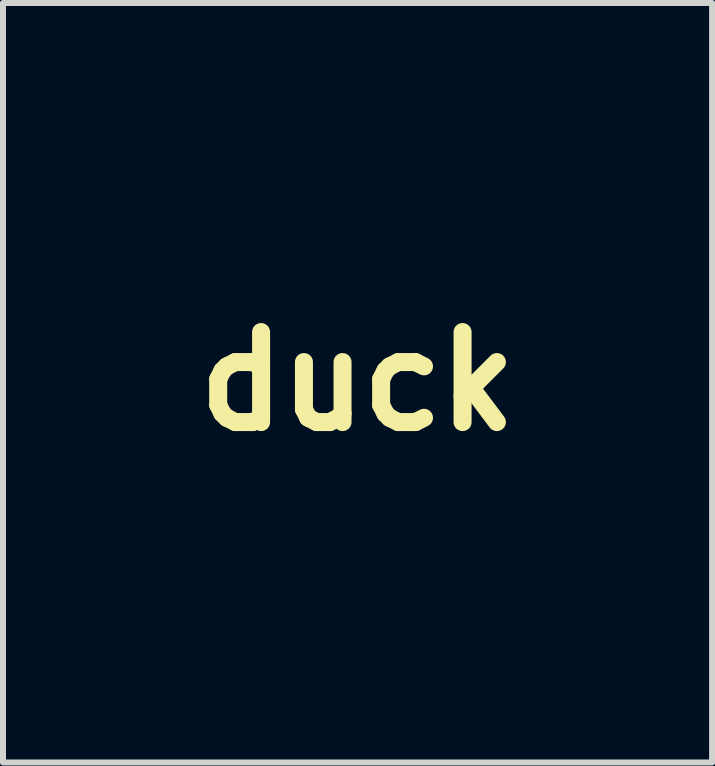
<source format=kicad_pcb>
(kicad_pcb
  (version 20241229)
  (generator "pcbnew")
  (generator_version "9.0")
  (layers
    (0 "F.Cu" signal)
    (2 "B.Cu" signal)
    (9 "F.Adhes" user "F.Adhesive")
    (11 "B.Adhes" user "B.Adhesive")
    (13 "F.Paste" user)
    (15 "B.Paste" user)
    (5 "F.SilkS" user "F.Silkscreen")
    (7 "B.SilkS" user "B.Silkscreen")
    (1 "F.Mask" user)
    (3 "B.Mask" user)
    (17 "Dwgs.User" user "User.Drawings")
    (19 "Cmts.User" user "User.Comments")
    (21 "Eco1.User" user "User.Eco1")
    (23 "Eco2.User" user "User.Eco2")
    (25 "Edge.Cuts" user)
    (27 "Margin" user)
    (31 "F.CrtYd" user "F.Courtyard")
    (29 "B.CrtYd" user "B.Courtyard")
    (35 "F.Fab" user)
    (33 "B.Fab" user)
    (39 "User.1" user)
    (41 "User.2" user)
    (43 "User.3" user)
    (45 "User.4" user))
  (footprint "duck"
    (layer "F.Cu")
    (at 2.907 3.304)
    (property "Reference" "duck" (at 0 0 0) (layer "F.SilkS") (effects (font (size 1.5 1.5) (thickness 0.3))))
    (attr board_only exclude_from_pos_files exclude_from_bom)
    (fp_poly (pts (xy -0.554 0.74) (xy -0.541 0.766) (xy -0.532 0.804) (xy -0.531 0.809) (xy -0.528 0.856) (xy -0.534 0.893) (xy -0.545 0.918) (xy -0.562 0.926) (xy -0.581 0.916) (xy -0.588 0.898) (xy -0.592 0.865) (xy -0.593 0.825) (xy -0.592 0.786) (xy -0.588 0.754) (xy -0.583 0.739) (xy -0.569 0.73)) (stroke (width 0) (type solid)) (fill yes) (layer "F.Mask"))
    (fp_poly (pts (xy -1.104 1.772) (xy -1.062 1.777) (xy -1.036 1.786) (xy -1.026 1.796) (xy -1.02 1.815) (xy -1.031 1.826) (xy -1.053 1.833) (xy -1.089 1.836) (xy -1.131 1.836) (xy -1.17 1.833) (xy -1.198 1.827) (xy -1.202 1.825) (xy -1.219 1.807) (xy -1.217 1.788) (xy -1.196 1.775) (xy -1.17 1.772) (xy -1.133 1.772)) (stroke (width 0) (type solid)) (fill yes) (layer "F.Mask"))
    (fp_poly (pts (xy 1.676 0.628) (xy 1.673 0.646) (xy 1.651 0.673) (xy 1.61 0.71) (xy 1.565 0.746) (xy 1.516 0.779) (xy 1.478 0.794) (xy 1.45 0.791) (xy 1.437 0.783) (xy 1.43 0.764) (xy 1.443 0.741) (xy 1.477 0.714) (xy 1.51 0.694) (xy 1.548 0.672) (xy 1.582 0.65) (xy 1.601 0.637) (xy 1.632 0.62) (xy 1.659 0.618)) (stroke (width 0) (type solid)) (fill yes) (layer "F.Mask"))
    (fp_poly (pts (xy 0.622 1.969) (xy 0.636 1.994) (xy 0.647 2.039) (xy 0.656 2.104) (xy 0.656 2.108) (xy 0.659 2.149) (xy 0.658 2.173) (xy 0.652 2.185) (xy 0.646 2.188) (xy 0.627 2.19) (xy 0.622 2.187) (xy 0.605 2.159) (xy 0.592 2.116) (xy 0.584 2.064) (xy 0.583 2.032) (xy 0.583 1.993) (xy 0.587 1.972) (xy 0.594 1.962) (xy 0.604 1.961)) (stroke (width 0) (type solid)) (fill yes) (layer "F.Mask"))
    (fp_poly (pts (xy -0.687 1.954) (xy -0.663 1.974) (xy -0.64 2.007) (xy -0.623 2.049) (xy -0.622 2.087) (xy -0.637 2.123) (xy -0.671 2.161) (xy -0.724 2.203) (xy -0.727 2.205) (xy -0.759 2.228) (xy -0.778 2.238) (xy -0.791 2.238) (xy -0.802 2.23) (xy -0.804 2.227) (xy -0.815 2.214) (xy -0.815 2.2) (xy -0.804 2.181) (xy -0.78 2.153) (xy -0.756 2.128) (xy -0.693 2.065) (xy -0.712 2.025) (xy -0.725 1.987) (xy -0.722 1.961) (xy -0.709 1.95)) (stroke (width 0) (type solid)) (fill yes) (layer "F.Mask"))
    (fp_poly (pts (xy -0.347 2.169) (xy -0.308 2.186) (xy -0.264 2.213) (xy -0.22 2.248) (xy -0.176 2.291) (xy -0.136 2.339) (xy -0.103 2.39) (xy -0.075 2.446) (xy -0.062 2.489) (xy -0.063 2.522) (xy -0.067 2.532) (xy -0.086 2.553) (xy -0.108 2.552) (xy -0.13 2.531) (xy -0.144 2.507) (xy -0.192 2.423) (xy -0.258 2.345) (xy -0.335 2.278) (xy -0.373 2.253) (xy -0.401 2.233) (xy -0.412 2.215) (xy -0.412 2.198) (xy -0.402 2.173) (xy -0.379 2.164)) (stroke (width 0) (type solid)) (fill yes) (layer "F.Mask"))
    (fp_poly (pts (xy 1.647 0.532) (xy 1.658 0.549) (xy 1.648 0.572) (xy 1.618 0.6) (xy 1.616 0.602) (xy 1.59 0.622) (xy 1.572 0.636) (xy 1.569 0.64) (xy 1.553 0.652) (xy 1.524 0.669) (xy 1.49 0.687) (xy 1.455 0.704) (xy 1.429 0.715) (xy 1.419 0.717) (xy 1.404 0.708) (xy 1.401 0.695) (xy 1.41 0.676) (xy 1.434 0.65) (xy 1.469 0.622) (xy 1.51 0.592) (xy 1.553 0.566) (xy 1.593 0.545) (xy 1.625 0.533) (xy 1.646 0.532)) (stroke (width 0) (type solid)) (fill yes) (layer "F.Mask"))
    (fp_poly (pts (xy -0.996 -0.241) (xy -0.943 -0.24) (xy -0.906 -0.238) (xy -0.881 -0.234) (xy -0.866 -0.229) (xy -0.856 -0.222) (xy -0.844 -0.207) (xy -0.849 -0.198) (xy -0.859 -0.193) (xy -0.885 -0.185) (xy -0.928 -0.18) (xy -0.983 -0.177) (xy -1.044 -0.177) (xy -1.106 -0.179) (xy -1.12 -0.18) (xy -1.184 -0.187) (xy -1.227 -0.194) (xy -1.253 -0.203) (xy -1.264 -0.215) (xy -1.264 -0.223) (xy -1.26 -0.229) (xy -1.25 -0.234) (xy -1.231 -0.237) (xy -1.199 -0.239) (xy -1.152 -0.241) (xy -1.086 -0.241) (xy -1.067 -0.241)) (stroke (width 0) (type solid)) (fill yes) (layer "F.Mask"))
    (fp_poly (pts (xy 0.749 -0.223) (xy 0.821 -0.221) (xy 0.888 -0.219) (xy 0.945 -0.215) (xy 0.99 -0.211) (xy 1.017 -0.206) (xy 1.024 -0.203) (xy 1.036 -0.183) (xy 1.027 -0.165) (xy 0.998 -0.149) (xy 0.988 -0.146) (xy 0.966 -0.143) (xy 0.927 -0.141) (xy 0.873 -0.139) (xy 0.808 -0.138) (xy 0.737 -0.137) (xy 0.663 -0.136) (xy 0.59 -0.136) (xy 0.523 -0.137) (xy 0.465 -0.139) (xy 0.42 -0.14) (xy 0.396 -0.142) (xy 0.365 -0.151) (xy 0.344 -0.167) (xy 0.338 -0.184) (xy 0.34 -0.188) (xy 0.353 -0.194) (xy 0.383 -0.202) (xy 0.424 -0.21) (xy 0.44 -0.213) (xy 0.483 -0.217) (xy 0.539 -0.22) (xy 0.604 -0.222) (xy 0.676 -0.223)) (stroke (width 0) (type solid)) (fill yes) (layer "F.Mask"))
    (fp_poly (pts (xy -0.717 0.964) (xy -0.717 0.969) (xy -0.728 0.988) (xy -0.759 1.015) (xy -0.811 1.049) (xy -0.868 1.081) (xy -0.917 1.108) (xy -0.968 1.137) (xy -1.009 1.16) (xy -1.038 1.176) (xy -1.08 1.197) (xy -1.128 1.219) (xy -1.178 1.241) (xy -1.225 1.261) (xy -1.265 1.277) (xy -1.293 1.287) (xy -1.301 1.288) (xy -1.314 1.28) (xy -1.317 1.277) (xy -1.319 1.266) (xy -1.312 1.253) (xy -1.292 1.237) (xy -1.258 1.216) (xy -1.207 1.188) (xy -1.173 1.171) (xy -1.125 1.146) (xy -1.083 1.124) (xy -1.052 1.107) (xy -1.037 1.098) (xy -1.036 1.098) (xy -1.023 1.09) (xy -0.993 1.073) (xy -0.952 1.051) (xy -0.903 1.025) (xy -0.894 1.021) (xy -0.828 0.987) (xy -0.779 0.966) (xy -0.745 0.955) (xy -0.725 0.955)) (stroke (width 0) (type solid)) (fill yes) (layer "F.Mask"))
    (fp_poly (pts (xy 1.652 0.754) (xy 1.655 0.777) (xy 1.642 0.806) (xy 1.634 0.816) (xy 1.62 0.833) (xy 1.616 0.839) (xy 1.618 0.838) (xy 1.635 0.836) (xy 1.655 0.846) (xy 1.668 0.862) (xy 1.669 0.867) (xy 1.662 0.885) (xy 1.645 0.908) (xy 1.642 0.912) (xy 1.626 0.932) (xy 1.627 0.941) (xy 1.629 0.941) (xy 1.653 0.95) (xy 1.665 0.972) (xy 1.661 0.997) (xy 1.66 0.998) (xy 1.653 1.022) (xy 1.66 1.047) (xy 1.666 1.067) (xy 1.661 1.087) (xy 1.643 1.113) (xy 1.642 1.114) (xy 1.612 1.144) (xy 1.581 1.154) (xy 1.554 1.145) (xy 1.546 1.137) (xy 1.537 1.12) (xy 1.543 1.098) (xy 1.547 1.092) (xy 1.555 1.068) (xy 1.549 1.052) (xy 1.548 1.051) (xy 1.536 1.031) (xy 1.542 1.008) (xy 1.559 0.986) (xy 1.584 0.96) (xy 1.554 0.968) (xy 1.521 0.969) (xy 1.495 0.959) (xy 1.482 0.941) (xy 1.482 0.93) (xy 1.48 0.91) (xy 1.472 0.903) (xy 1.46 0.888) (xy 1.459 0.864) (xy 1.468 0.84) (xy 1.484 0.822) (xy 1.496 0.818) (xy 1.509 0.812) (xy 1.534 0.796) (xy 1.56 0.778) (xy 1.592 0.757) (xy 1.62 0.744) (xy 1.634 0.742)) (stroke (width 0) (type solid)) (fill yes) (layer "F.Mask"))
    (fp_poly (pts (xy 1.34 -1.665) (xy 1.382 -1.647) (xy 1.41 -1.614) (xy 1.422 -1.582) (xy 1.43 -1.541) (xy 1.433 -1.492) (xy 1.432 -1.444) (xy 1.427 -1.404) (xy 1.42 -1.382) (xy 1.406 -1.358) (xy 1.387 -1.325) (xy 1.382 -1.315) (xy 1.36 -1.284) (xy 1.335 -1.261) (xy 1.328 -1.257) (xy 1.306 -1.248) (xy 1.296 -1.245) (xy 1.285 -1.249) (xy 1.272 -1.253) (xy 1.227 -1.272) (xy 1.184 -1.297) (xy 1.149 -1.324) (xy 1.135 -1.341) (xy 1.122 -1.375) (xy 1.115 -1.422) (xy 1.115 -1.452) (xy 1.177 -1.452) (xy 1.178 -1.414) (xy 1.184 -1.388) (xy 1.199 -1.366) (xy 1.22 -1.343) (xy 1.245 -1.319) (xy 1.262 -1.308) (xy 1.277 -1.308) (xy 1.298 -1.317) (xy 1.298 -1.317) (xy 1.324 -1.333) (xy 1.34 -1.346) (xy 1.341 -1.347) (xy 1.34 -1.355) (xy 1.332 -1.354) (xy 1.296 -1.342) (xy 1.271 -1.341) (xy 1.25 -1.351) (xy 1.244 -1.355) (xy 1.227 -1.372) (xy 1.218 -1.394) (xy 1.216 -1.428) (xy 1.216 -1.436) (xy 1.216 -1.438) (xy 1.269 -1.438) (xy 1.279 -1.415) (xy 1.28 -1.414) (xy 1.299 -1.404) (xy 1.314 -1.415) (xy 1.323 -1.443) (xy 1.327 -1.476) (xy 1.324 -1.508) (xy 1.318 -1.529) (xy 1.31 -1.535) (xy 1.292 -1.525) (xy 1.278 -1.501) (xy 1.269 -1.469) (xy 1.269 -1.438) (xy 1.216 -1.438) (xy 1.22 -1.481) (xy 1.231 -1.524) (xy 1.247 -1.559) (xy 1.264 -1.581) (xy 1.269 -1.583) (xy 1.276 -1.593) (xy 1.274 -1.597) (xy 1.259 -1.599) (xy 1.236 -1.589) (xy 1.211 -1.57) (xy 1.192 -1.547) (xy 1.191 -1.544) (xy 1.183 -1.519) (xy 1.178 -1.481) (xy 1.177 -1.452) (xy 1.115 -1.452) (xy 1.115 -1.476) (xy 1.12 -1.528) (xy 1.131 -1.57) (xy 1.136 -1.581) (xy 1.153 -1.605) (xy 1.305 -1.605) (xy 1.316 -1.603) (xy 1.33 -1.605) (xy 1.33 -1.609) (xy 1.315 -1.612) (xy 1.309 -1.61) (xy 1.305 -1.605) (xy 1.153 -1.605) (xy 1.167 -1.625) (xy 1.206 -1.652) (xy 1.259 -1.665) (xy 1.283 -1.667)) (stroke (width 0) (type solid)) (fill yes) (layer "F.Mask"))
    (fp_poly (pts (xy -1.007 -3.284) (xy -0.982 -3.261) (xy -0.955 -3.227) (xy -0.931 -3.193) (xy -0.923 -3.18) (xy -0.906 -3.151) (xy -0.879 -3.115) (xy -0.855 -3.086) (xy -0.831 -3.055) (xy -0.813 -3.031) (xy -0.807 -3.018) (xy -0.8 -3.001) (xy -0.781 -2.971) (xy -0.752 -2.93) (xy -0.718 -2.884) (xy -0.68 -2.836) (xy -0.641 -2.789) (xy -0.604 -2.747) (xy -0.572 -2.714) (xy -0.57 -2.712) (xy -0.533 -2.678) (xy -0.482 -2.634) (xy -0.423 -2.585) (xy -0.359 -2.534) (xy -0.297 -2.484) (xy -0.239 -2.441) (xy -0.192 -2.406) (xy -0.185 -2.401) (xy -0.161 -2.385) (xy -0.138 -2.372) (xy -0.115 -2.362) (xy -0.087 -2.353) (xy -0.05 -2.346) (xy -0.002 -2.339) (xy 0.061 -2.331) (xy 0.143 -2.322) (xy 0.157 -2.32) (xy 0.286 -2.306) (xy 0.395 -2.293) (xy 0.487 -2.281) (xy 0.563 -2.27) (xy 0.626 -2.26) (xy 0.678 -2.25) (xy 0.721 -2.24) (xy 0.755 -2.231) (xy 0.78 -2.224) (xy 0.82 -2.214) (xy 0.871 -2.202) (xy 0.924 -2.19) (xy 1.057 -2.159) (xy 1.206 -2.12) (xy 1.373 -2.073) (xy 1.395 -2.067) (xy 1.442 -2.053) (xy 1.487 -2.042) (xy 1.52 -2.034) (xy 1.524 -2.033) (xy 1.562 -2.022) (xy 1.614 -2.003) (xy 1.673 -1.978) (xy 1.736 -1.951) (xy 1.795 -1.922) (xy 1.845 -1.896) (xy 1.882 -1.874) (xy 1.889 -1.869) (xy 1.908 -1.847) (xy 1.915 -1.818) (xy 1.91 -1.778) (xy 1.898 -1.736) (xy 1.867 -1.675) (xy 1.835 -1.641) (xy 1.809 -1.615) (xy 1.797 -1.596) (xy 1.796 -1.575) (xy 1.797 -1.565) (xy 1.802 -1.538) (xy 1.808 -1.496) (xy 1.814 -1.446) (xy 1.817 -1.426) (xy 1.822 -1.371) (xy 1.823 -1.333) (xy 1.816 -1.308) (xy 1.8 -1.291) (xy 1.774 -1.276) (xy 1.76 -1.27) (xy 1.701 -1.248) (xy 1.623 -1.222) (xy 1.53 -1.194) (xy 1.424 -1.164) (xy 1.309 -1.134) (xy 1.188 -1.104) (xy 1.065 -1.075) (xy 0.941 -1.047) (xy 0.855 -1.029) (xy 0.806 -1.019) (xy 0.767 -1.008) (xy 0.742 -1) (xy 0.735 -0.995) (xy 0.748 -0.987) (xy 0.775 -0.977) (xy 0.788 -0.974) (xy 0.866 -0.95) (xy 0.929 -0.928) (xy 0.986 -0.904) (xy 0.99 -0.903) (xy 1.009 -0.894) (xy 1.028 -0.888) (xy 1.049 -0.883) (xy 1.077 -0.879) (xy 1.115 -0.876) (xy 1.164 -0.874) (xy 1.229 -0.871) (xy 1.313 -0.869) (xy 1.339 -0.868) (xy 1.44 -0.866) (xy 1.521 -0.863) (xy 1.585 -0.859) (xy 1.633 -0.855) (xy 1.669 -0.849) (xy 1.694 -0.841) (xy 1.711 -0.831) (xy 1.723 -0.819) (xy 1.731 -0.803) (xy 1.732 -0.801) (xy 1.741 -0.764) (xy 1.741 -0.73) (xy 1.74 -0.699) (xy 1.746 -0.66) (xy 1.751 -0.642) (xy 1.769 -0.571) (xy 1.787 -0.484) (xy 1.802 -0.386) (xy 1.814 -0.283) (xy 1.822 -0.182) (xy 1.826 -0.088) (xy 1.827 -0.067) (xy 1.828 -0.009) (xy 1.833 0.061) (xy 1.839 0.131) (xy 1.844 0.168) (xy 1.862 0.312) (xy 1.876 0.44) (xy 1.887 0.555) (xy 1.894 0.663) (xy 1.898 0.769) (xy 1.899 0.878) (xy 1.898 0.995) (xy 1.897 1.053) (xy 1.891 1.328) (xy 1.861 1.36) (xy 1.836 1.384) (xy 1.801 1.414) (xy 1.775 1.435) (xy 1.742 1.46) (xy 1.715 1.481) (xy 1.702 1.493) (xy 1.686 1.506) (xy 1.657 1.529) (xy 1.621 1.556) (xy 1.607 1.566) (xy 1.573 1.59) (xy 1.544 1.61) (xy 1.516 1.626) (xy 1.486 1.638) (xy 1.453 1.646) (xy 1.413 1.652) (xy 1.363 1.656) (xy 1.302 1.657) (xy 1.226 1.657) (xy 1.132 1.656) (xy 1.036 1.654) (xy 0.943 1.652) (xy 0.853 1.649) (xy 0.771 1.647) (xy 0.7 1.644) (xy 0.642 1.641) (xy 0.602 1.638) (xy 0.586 1.637) (xy 0.539 1.632) (xy 0.493 1.632) (xy 0.453 1.635) (xy 0.427 1.642) (xy 0.42 1.647) (xy 0.427 1.653) (xy 0.45 1.659) (xy 0.469 1.662) (xy 0.513 1.672) (xy 0.565 1.692) (xy 0.621 1.72) (xy 0.675 1.751) (xy 0.722 1.783) (xy 0.755 1.813) (xy 0.766 1.827) (xy 0.784 1.847) (xy 0.816 1.872) (xy 0.855 1.899) (xy 0.894 1.923) (xy 0.924 1.937) (xy 0.938 1.945) (xy 0.965 1.963) (xy 1.003 1.988) (xy 1.042 2.015) (xy 1.091 2.048) (xy 1.138 2.081) (xy 1.178 2.108) (xy 1.199 2.122) (xy 1.257 2.163) (xy 1.313 2.205) (xy 1.364 2.247) (xy 1.407 2.284) (xy 1.437 2.314) (xy 1.449 2.33) (xy 1.466 2.377) (xy 1.469 2.435) (xy 1.46 2.495) (xy 1.446 2.536) (xy 1.433 2.574) (xy 1.424 2.61) (xy 1.423 2.624) (xy 1.413 2.669) (xy 1.385 2.713) (xy 1.343 2.755) (xy 1.292 2.789) (xy 1.236 2.811) (xy 1.235 2.811) (xy 1.167 2.823) (xy 1.082 2.83) (xy 0.985 2.831) (xy 0.883 2.826) (xy 0.859 2.824) (xy 0.794 2.819) (xy 0.728 2.815) (xy 0.668 2.814) (xy 0.624 2.814) (xy 0.537 2.818) (xy 0.593 2.878) (xy 0.623 2.912) (xy 0.641 2.937) (xy 0.648 2.959) (xy 0.649 2.984) (xy 0.646 3.019) (xy 0.636 3.047) (xy 0.634 3.051) (xy 0.624 3.077) (xy 0.623 3.119) (xy 0.624 3.131) (xy 0.623 3.186) (xy 0.606 3.231) (xy 0.571 3.271) (xy 0.544 3.291) (xy 0.511 3.313) (xy 0.479 3.329) (xy 0.446 3.34) (xy 0.408 3.347) (xy 0.361 3.349) (xy 0.304 3.346) (xy 0.232 3.339) (xy 0.143 3.329) (xy 0.095 3.322) (xy 0.027 3.313) (xy -0.037 3.304) (xy -0.092 3.296) (xy -0.134 3.289) (xy -0.152 3.285) (xy -0.188 3.279) (xy -0.238 3.271) (xy -0.293 3.263) (xy -0.319 3.26) (xy -0.401 3.25) (xy -0.49 3.236) (xy -0.58 3.221) (xy -0.664 3.205) (xy -0.734 3.189) (xy -0.746 3.187) (xy -0.807 3.164) (xy -0.852 3.133) (xy -0.878 3.096) (xy -0.88 3.09) (xy -0.888 3.077) (xy -0.792 3.077) (xy -0.792 3.078) (xy -0.781 3.084) (xy -0.755 3.092) (xy -0.713 3.102) (xy -0.653 3.116) (xy -0.616 3.124) (xy -0.606 3.121) (xy -0.555 3.121) (xy -0.541 3.128) (xy -0.507 3.137) (xy -0.455 3.147) (xy -0.386 3.16) (xy -0.325 3.17) (xy -0.268 3.18) (xy -0.219 3.189) (xy -0.185 3.196) (xy -0.185 3.196) (xy -0.108 3.211) (xy -0.023 3.223) (xy 0.065 3.234) (xy 0.152 3.241) (xy 0.236 3.246) (xy 0.312 3.247) (xy 0.376 3.245) (xy 0.425 3.24) (xy 0.45 3.233) (xy 0.477 3.218) (xy 0.505 3.196) (xy 0.529 3.173) (xy 0.544 3.153) (xy 0.545 3.141) (xy 0.533 3.142) (xy 0.513 3.156) (xy 0.513 3.157) (xy 0.466 3.193) (xy 0.42 3.215) (xy 0.367 3.225) (xy 0.325 3.226) (xy 0.272 3.224) (xy 0.202 3.218) (xy 0.119 3.21) (xy 0.029 3.199) (xy -0.064 3.186) (xy -0.155 3.171) (xy -0.24 3.157) (xy -0.258 3.153) (xy -0.341 3.138) (xy -0.406 3.127) (xy -0.456 3.119) (xy -0.495 3.116) (xy -0.52 3.115) (xy -0.548 3.117) (xy -0.555 3.121) (xy -0.606 3.121) (xy -0.603 3.12) (xy -0.594 3.115) (xy -0.587 3.107) (xy -0.6 3.104) (xy -0.613 3.104) (xy -0.647 3.101) (xy -0.674 3.094) (xy -0.701 3.086) (xy -0.733 3.08) (xy -0.762 3.075) (xy -0.785 3.074) (xy -0.792 3.077) (xy -0.888 3.077) (xy -0.893 3.069) (xy -0.916 3.04) (xy -0.935 3.019) (xy -0.978 2.964) (xy -1.008 2.899) (xy -1.012 2.875) (xy -0.935 2.875) (xy -0.918 2.921) (xy -0.909 2.934) (xy -0.898 2.945) (xy -0.882 2.954) (xy -0.858 2.963) (xy -0.824 2.971) (xy -0.778 2.979) (xy -0.718 2.988) (xy -0.64 2.997) (xy -0.543 3.009) (xy -0.499 3.013) (xy -0.455 3.019) (xy -0.397 3.028) (xy -0.329 3.04) (xy -0.259 3.052) (xy -0.23 3.058) (xy -0.166 3.069) (xy -0.108 3.08) (xy -0.06 3.087) (xy -0.027 3.092) (xy -0.016 3.092) (xy 0.022 3.096) (xy 0.052 3.104) (xy 0.074 3.109) (xy 0.114 3.116) (xy 0.168 3.124) (xy 0.229 3.132) (xy 0.293 3.139) (xy 0.357 3.146) (xy 0.367 3.147) (xy 0.382 3.142) (xy 0.41 3.127) (xy 0.444 3.105) (xy 0.446 3.103) (xy 0.499 3.065) (xy 0.534 3.034) (xy 0.552 3.009) (xy 0.558 2.987) (xy 0.556 2.978) (xy 0.544 2.959) (xy 0.518 2.931) (xy 0.483 2.901) (xy 0.444 2.87) (xy 0.406 2.845) (xy 0.389 2.836) (xy 0.368 2.822) (xy 0.359 2.81) (xy 0.359 2.81) (xy 0.35 2.801) (xy 0.349 2.801) (xy 0.336 2.795) (xy 0.309 2.779) (xy 0.271 2.755) (xy 0.227 2.725) (xy 0.223 2.723) (xy 0.178 2.693) (xy 0.138 2.668) (xy 0.114 2.655) (xy 0.299 2.655) (xy 0.315 2.666) (xy 0.337 2.679) (xy 0.357 2.69) (xy 0.376 2.697) (xy 0.398 2.703) (xy 0.428 2.706) (xy 0.468 2.708) (xy 0.524 2.71) (xy 0.578 2.71) (xy 0.64 2.711) (xy 0.695 2.713) (xy 0.738 2.714) (xy 0.764 2.716) (xy 0.772 2.718) (xy 0.784 2.719) (xy 0.815 2.721) (xy 0.861 2.722) (xy 0.919 2.722) (xy 0.982 2.723) (xy 1.057 2.722) (xy 1.114 2.721) (xy 1.157 2.719) (xy 1.19 2.715) (xy 1.217 2.71) (xy 1.242 2.702) (xy 1.249 2.699) (xy 1.287 2.681) (xy 1.316 2.661) (xy 1.331 2.641) (xy 1.329 2.625) (xy 1.329 2.625) (xy 1.315 2.624) (xy 1.288 2.628) (xy 1.275 2.631) (xy 1.237 2.638) (xy 1.181 2.644) (xy 1.11 2.649) (xy 1.028 2.654) (xy 0.94 2.657) (xy 0.848 2.66) (xy 0.757 2.661) (xy 0.67 2.661) (xy 0.592 2.659) (xy 0.526 2.656) (xy 0.511 2.655) (xy 0.45 2.651) (xy 0.394 2.647) (xy 0.35 2.646) (xy 0.32 2.645) (xy 0.314 2.646) (xy 0.299 2.649) (xy 0.299 2.655) (xy 0.114 2.655) (xy 0.107 2.651) (xy 0.091 2.644) (xy 0.091 2.644) (xy 0.069 2.649) (xy 0.04 2.661) (xy 0.008 2.676) (xy -0.018 2.691) (xy -0.032 2.703) (xy -0.033 2.706) (xy -0.025 2.718) (xy -0.002 2.738) (xy 0.027 2.76) (xy 0.058 2.785) (xy 0.099 2.821) (xy 0.145 2.864) (xy 0.193 2.911) (xy 0.206 2.924) (xy 0.259 2.979) (xy 0.296 3.021) (xy 0.317 3.052) (xy 0.324 3.074) (xy 0.319 3.089) (xy 0.301 3.098) (xy 0.29 3.099) (xy 0.274 3.091) (xy 0.252 3.075) (xy 0.22 3.048) (xy 0.177 3.007) (xy 0.141 2.973) (xy 0.091 2.925) (xy 0.042 2.878) (xy -0.002 2.837) (xy -0.037 2.805) (xy -0.051 2.793) (xy -0.083 2.763) (xy -0.1 2.739) (xy -0.106 2.716) (xy -0.106 2.71) (xy -0.11 2.686) (xy -0.123 2.672) (xy -0.148 2.661) (xy -0.183 2.645) (xy -0.221 2.621) (xy -0.232 2.612) (xy -0.336 2.526) (xy -0.423 2.455) (xy -0.496 2.397) (xy -0.555 2.352) (xy -0.601 2.32) (xy -0.635 2.299) (xy -0.658 2.29) (xy -0.671 2.29) (xy -0.679 2.302) (xy -0.695 2.329) (xy -0.714 2.366) (xy -0.721 2.379) (xy -0.741 2.419) (xy -0.76 2.452) (xy -0.774 2.472) (xy -0.776 2.474) (xy -0.79 2.492) (xy -0.81 2.53) (xy -0.837 2.588) (xy -0.866 2.655) (xy -0.88 2.687) (xy -0.898 2.729) (xy -0.913 2.762) (xy -0.933 2.823) (xy -0.935 2.875) (xy -1.012 2.875) (xy -1.019 2.832) (xy -1.02 2.826) (xy -1.015 2.799) (xy -1.004 2.758) (xy -0.987 2.709) (xy -0.967 2.657) (xy -0.947 2.609) (xy -0.928 2.57) (xy -0.92 2.556) (xy -0.91 2.536) (xy -0.911 2.517) (xy -0.921 2.495) (xy -0.951 2.431) (xy -0.971 2.38) (xy -0.982 2.339) (xy -0.983 2.333) (xy -0.991 2.29) (xy -1.003 2.266) (xy -1.019 2.259) (xy -1.037 2.264) (xy -1.08 2.273) (xy -1.134 2.275) (xy -1.19 2.27) (xy -1.238 2.259) (xy -1.254 2.252) (xy -1.303 2.218) (xy -1.335 2.183) (xy -0.924 2.183) (xy -0.922 2.199) (xy -0.914 2.216) (xy -0.905 2.249) (xy -0.894 2.291) (xy -0.891 2.302) (xy -0.877 2.359) (xy -0.865 2.394) (xy -0.853 2.409) (xy -0.84 2.404) (xy -0.824 2.382) (xy -0.812 2.357) (xy -0.786 2.31) (xy -0.754 2.266) (xy -0.721 2.23) (xy -0.69 2.205) (xy -0.666 2.196) (xy -0.649 2.2) (xy -0.623 2.211) (xy -0.587 2.232) (xy -0.538 2.263) (xy -0.474 2.306) (xy -0.466 2.311) (xy -0.439 2.33) (xy -0.417 2.344) (xy -0.399 2.358) (xy -0.378 2.374) (xy -0.352 2.395) (xy -0.316 2.424) (xy -0.268 2.463) (xy -0.263 2.467) (xy -0.2 2.518) (xy -0.151 2.555) (xy -0.113 2.58) (xy -0.084 2.594) (xy -0.059 2.598) (xy -0.038 2.595) (xy -0.022 2.588) (xy -0.004 2.566) (xy -0.003 2.556) (xy 0.56 2.556) (xy 0.571 2.561) (xy 0.601 2.564) (xy 0.646 2.566) (xy 0.705 2.566) (xy 0.772 2.566) (xy 0.846 2.564) (xy 0.923 2.562) (xy 0.999 2.559) (xy 1.072 2.555) (xy 1.138 2.551) (xy 1.193 2.546) (xy 1.236 2.541) (xy 1.253 2.538) (xy 1.297 2.526) (xy 1.325 2.515) (xy 1.344 2.501) (xy 1.356 2.483) (xy 1.376 2.438) (xy 1.374 2.4) (xy 1.351 2.367) (xy 1.323 2.347) (xy 1.319 2.349) (xy 1.327 2.365) (xy 1.333 2.372) (xy 1.351 2.409) (xy 1.351 2.442) (xy 1.334 2.467) (xy 1.331 2.469) (xy 1.318 2.473) (xy 1.303 2.467) (xy 1.282 2.447) (xy 1.261 2.424) (xy 1.222 2.385) (xy 1.176 2.346) (xy 1.146 2.324) (xy 1.103 2.297) (xy 1.06 2.268) (xy 1.033 2.25) (xy 1.004 2.232) (xy 0.982 2.221) (xy 0.976 2.218) (xy 0.968 2.228) (xy 0.956 2.252) (xy 0.941 2.286) (xy 0.926 2.322) (xy 0.915 2.354) (xy 0.908 2.377) (xy 0.908 2.381) (xy 0.9 2.401) (xy 0.88 2.426) (xy 0.855 2.452) (xy 0.832 2.47) (xy 0.817 2.476) (xy 0.798 2.468) (xy 0.793 2.444) (xy 0.803 2.404) (xy 0.816 2.37) (xy 0.829 2.337) (xy 0.845 2.292) (xy 0.86 2.242) (xy 0.862 2.235) (xy 0.879 2.178) (xy 0.891 2.139) (xy 0.901 2.114) (xy 0.911 2.101) (xy 0.921 2.096) (xy 0.93 2.095) (xy 0.948 2.101) (xy 0.98 2.118) (xy 1.019 2.142) (xy 1.043 2.158) (xy 1.082 2.184) (xy 1.114 2.203) (xy 1.134 2.214) (xy 1.139 2.215) (xy 1.133 2.207) (xy 1.113 2.191) (xy 1.095 2.178) (xy 1.061 2.154) (xy 1.019 2.123) (xy 0.98 2.094) (xy 0.943 2.066) (xy 0.909 2.041) (xy 0.885 2.025) (xy 0.885 2.024) (xy 0.856 2.006) (xy 0.861 2.077) (xy 0.856 2.169) (xy 0.83 2.262) (xy 0.794 2.338) (xy 0.765 2.381) (xy 0.724 2.427) (xy 0.679 2.47) (xy 0.635 2.506) (xy 0.597 2.528) (xy 0.597 2.528) (xy 0.572 2.542) (xy 0.56 2.555) (xy 0.56 2.556) (xy -0.003 2.556) (xy -0.000249 2.528) (xy -0.011 2.475) (xy -0.032 2.422) (xy 0.068 2.422) (xy 0.076 2.447) (xy 0.077 2.449) (xy 0.087 2.482) (xy 0.09 2.51) (xy 0.09 2.543) (xy 0.171 2.543) (xy 0.252 2.543) (xy 0.209 2.516) (xy 0.174 2.492) (xy 0.137 2.461) (xy 0.122 2.447) (xy 0.093 2.422) (xy 0.074 2.413) (xy 0.068 2.422) (xy -0.032 2.422) (xy -0.037 2.408) (xy -0.043 2.395) (xy -0.065 2.351) (xy -0.087 2.315) (xy -0.113 2.281) (xy -0.147 2.246) (xy -0.011 2.246) (xy -0.005 2.261) (xy 0 2.263) (xy 0.011 2.255) (xy 0.011 2.253) (xy 0.006 2.243) (xy 0.102 2.243) (xy 0.11 2.284) (xy 0.126 2.329) (xy 0.148 2.368) (xy 0.161 2.385) (xy 0.189 2.411) (xy 0.222 2.438) (xy 0.254 2.46) (xy 0.28 2.474) (xy 0.289 2.476) (xy 0.296 2.467) (xy 0.298 2.451) (xy 0.301 2.436) (xy 0.313 2.424) (xy 0.339 2.412) (xy 0.37 2.402) (xy 0.412 2.389) (xy 0.451 2.38) (xy 0.476 2.376) (xy 0.504 2.369) (xy 0.537 2.346) (xy 0.562 2.324) (xy 0.597 2.293) (xy 0.621 2.281) (xy 0.634 2.288) (xy 0.639 2.313) (xy 0.628 2.347) (xy 0.6 2.381) (xy 0.559 2.413) (xy 0.51 2.439) (xy 0.456 2.455) (xy 0.448 2.457) (xy 0.41 2.465) (xy 0.375 2.476) (xy 0.354 2.486) (xy 0.351 2.493) (xy 0.364 2.5) (xy 0.4 2.507) (xy 0.447 2.506) (xy 0.499 2.497) (xy 0.545 2.482) (xy 0.563 2.473) (xy 0.617 2.431) (xy 0.67 2.374) (xy 0.716 2.308) (xy 0.75 2.239) (xy 0.757 2.221) (xy 0.771 2.15) (xy 0.771 2.076) (xy 0.757 2.003) (xy 0.732 1.936) (xy 0.696 1.882) (xy 0.668 1.856) (xy 0.615 1.82) (xy 0.558 1.789) (xy 0.503 1.764) (xy 0.457 1.749) (xy 0.437 1.745) (xy 0.406 1.744) (xy 0.391 1.75) (xy 0.383 1.768) (xy 0.379 1.786) (xy 0.366 1.823) (xy 0.344 1.848) (xy 0.307 1.865) (xy 0.283 1.872) (xy 0.252 1.886) (xy 0.217 1.908) (xy 0.184 1.934) (xy 0.158 1.961) (xy 0.146 1.982) (xy 0.146 1.985) (xy 0.153 1.987) (xy 0.17 1.975) (xy 0.182 1.964) (xy 0.223 1.93) (xy 0.26 1.911) (xy 0.3 1.905) (xy 0.308 1.905) (xy 0.364 1.915) (xy 0.419 1.942) (xy 0.47 1.983) (xy 0.511 2.033) (xy 0.539 2.087) (xy 0.549 2.142) (xy 0.549 2.142) (xy 0.538 2.201) (xy 0.508 2.253) (xy 0.464 2.294) (xy 0.408 2.321) (xy 0.344 2.33) (xy 0.343 2.33) (xy 0.27 2.324) (xy 0.213 2.304) (xy 0.167 2.269) (xy 0.133 2.225) (xy 0.119 2.204) (xy 0.111 2.201) (xy 0.105 2.212) (xy 0.102 2.243) (xy 0.006 2.243) (xy 0.003 2.238) (xy 0 2.235) (xy -0.01 2.238) (xy -0.011 2.246) (xy -0.147 2.246) (xy -0.149 2.244) (xy -0.183 2.212) (xy -0.247 2.153) (xy -0.259 2.144) (xy 0.185 2.144) (xy 0.19 2.161) (xy 0.212 2.198) (xy 0.244 2.229) (xy 0.269 2.244) (xy 0.289 2.248) (xy 0.323 2.25) (xy 0.351 2.251) (xy 0.39 2.25) (xy 0.415 2.245) (xy 0.435 2.232) (xy 0.449 2.217) (xy 0.474 2.175) (xy 0.48 2.128) (xy 0.466 2.079) (xy 0.437 2.038) (xy 0.41 2.018) (xy 0.372 1.999) (xy 0.331 1.987) (xy 0.306 1.983) (xy 0.267 1.993) (xy 0.232 2.02) (xy 0.204 2.058) (xy 0.187 2.101) (xy 0.185 2.144) (xy -0.259 2.144) (xy -0.3 2.109) (xy -0.34 2.08) (xy -0.366 2.067) (xy -0.378 2.07) (xy -0.378 2.07) (xy -0.39 2.088) (xy -0.414 2.114) (xy -0.446 2.144) (xy -0.48 2.174) (xy -0.512 2.198) (xy -0.53 2.21) (xy -0.555 2.222) (xy -0.57 2.222) (xy -0.581 2.213) (xy -0.591 2.195) (xy -0.586 2.172) (xy -0.564 2.143) (xy -0.526 2.105) (xy -0.494 2.078) (xy -0.442 2.034) (xy -0.392 2.034) (xy -0.387 2.039) (xy -0.381 2.034) (xy -0.384 2.03) (xy -0.121 2.03) (xy -0.117 2.053) (xy -0.108 2.085) (xy -0.099 2.11) (xy -0.089 2.124) (xy -0.077 2.12) (xy -0.068 2.113) (xy -0.041 2.099) (xy -0.021 2.095) (xy 0.005 2.1) (xy 0.019 2.107) (xy 0.028 2.108) (xy 0.034 2.089) (xy 0.036 2.075) (xy 0.044 2.042) (xy 0.059 1.999) (xy 0.076 1.959) (xy 0.119 1.889) (xy 0.175 1.837) (xy 0.244 1.803) (xy 0.25 1.802) (xy 0.293 1.789) (xy 0.285 1.734) (xy 0.282 1.697) (xy 0.287 1.673) (xy 0.298 1.658) (xy 0.312 1.638) (xy 0.309 1.631) (xy 0.288 1.636) (xy 0.248 1.655) (xy 0.191 1.686) (xy 0.177 1.694) (xy 0.119 1.728) (xy 0.081 1.753) (xy 0.059 1.772) (xy 0.054 1.784) (xy 0.049 1.803) (xy 0.034 1.831) (xy 0.02 1.851) (xy -0.007 1.891) (xy -0.034 1.938) (xy -0.044 1.958) (xy -0.062 1.993) (xy -0.078 2.011) (xy -0.095 2.017) (xy -0.098 2.017) (xy -0.116 2.019) (xy -0.121 2.03) (xy -0.384 2.03) (xy -0.387 2.028) (xy -0.392 2.034) (xy -0.442 2.034) (xy -0.415 2.011) (xy -0.458 1.972) (xy -0.483 1.947) (xy -0.517 1.91) (xy -0.553 1.869) (xy -0.586 1.829) (xy -0.611 1.797) (xy -0.613 1.793) (xy -0.622 1.799) (xy -0.641 1.817) (xy -0.666 1.845) (xy -0.67 1.849) (xy -0.733 1.919) (xy -0.786 1.972) (xy -0.819 2) (xy -0.841 2.024) (xy -0.861 2.059) (xy -0.867 2.072) (xy -0.884 2.11) (xy -0.904 2.145) (xy -0.909 2.154) (xy -0.924 2.183) (xy -1.335 2.183) (xy -1.348 2.169) (xy -1.38 2.115) (xy -1.389 2.093) (xy -1.402 2.051) (xy -1.416 2.009) (xy -1.419 2.003) (xy -1.428 1.966) (xy -1.433 1.921) (xy -1.434 1.898) (xy -1.435 1.885) (xy -1.348 1.885) (xy -1.345 1.921) (xy -1.344 1.925) (xy -1.335 1.957) (xy -1.324 1.994) (xy -1.323 1.995) (xy -1.315 2.026) (xy -1.311 2.048) (xy -1.311 2.05) (xy -1.303 2.072) (xy -1.283 2.102) (xy -1.255 2.132) (xy -1.226 2.157) (xy -1.217 2.163) (xy -1.167 2.181) (xy -1.108 2.182) (xy -1.063 2.172) (xy -1.021 2.154) (xy -0.988 2.132) (xy -0.967 2.11) (xy -0.964 2.098) (xy -0.966 2.087) (xy -0.975 2.091) (xy -0.983 2.098) (xy -1.017 2.115) (xy -1.063 2.124) (xy -1.112 2.122) (xy -1.13 2.118) (xy -1.18 2.096) (xy -1.231 2.061) (xy -1.237 2.055) (xy -0.951 2.055) (xy -0.949 2.07) (xy -0.946 2.07) (xy -0.943 2.055) (xy -0.945 2.048) (xy -0.95 2.044) (xy -0.951 2.055) (xy -1.237 2.055) (xy -1.275 2.018) (xy -1.301 1.981) (xy -1.317 1.932) (xy -1.323 1.869) (xy -1.32 1.801) (xy -1.308 1.734) (xy -1.288 1.674) (xy -1.285 1.668) (xy -1.269 1.633) (xy -1.261 1.613) (xy -1.097 1.613) (xy -1.09 1.621) (xy -1.075 1.63) (xy -1.063 1.627) (xy -1.05 1.608) (xy -1.035 1.572) (xy -1.031 1.561) (xy -1.019 1.527) (xy -1.013 1.502) (xy -1.013 1.493) (xy -1.021 1.499) (xy -1.039 1.519) (xy -1.062 1.548) (xy -1.062 1.548) (xy -1.086 1.581) (xy -1.097 1.601) (xy -1.097 1.613) (xy -1.261 1.613) (xy -1.258 1.605) (xy -1.255 1.592) (xy -1.26 1.58) (xy -1.272 1.586) (xy -1.289 1.606) (xy -1.307 1.637) (xy -1.32 1.673) (xy -1.331 1.723) (xy -1.341 1.779) (xy -1.347 1.836) (xy -1.348 1.885) (xy -1.435 1.885) (xy -1.436 1.858) (xy -1.445 1.828) (xy -1.464 1.799) (xy -1.472 1.789) (xy -1.501 1.75) (xy -1.532 1.702) (xy -1.564 1.649) (xy -1.594 1.595) (xy -1.619 1.546) (xy -1.62 1.543) (xy -1.536 1.543) (xy -1.501 1.602) (xy -1.479 1.639) (xy -1.459 1.671) (xy -1.448 1.686) (xy -1.433 1.703) (xy -1.423 1.702) (xy -1.415 1.693) (xy -1.403 1.671) (xy -1.401 1.66) (xy -1.407 1.643) (xy -1.423 1.616) (xy -1.431 1.604) (xy -1.449 1.579) (xy -1.461 1.563) (xy -1.463 1.56) (xy -1.473 1.557) (xy -1.497 1.551) (xy -1.5 1.55) (xy -1.536 1.543) (xy -1.62 1.543) (xy -1.638 1.504) (xy -1.647 1.476) (xy -1.647 1.472) (xy -1.644 1.453) (xy -1.568 1.453) (xy -1.568 1.476) (xy -1.562 1.485) (xy -1.555 1.481) (xy -1.534 1.471) (xy -1.513 1.468) (xy -1.484 1.464) (xy -1.464 1.45) (xy -1.447 1.423) (xy -1.435 1.394) (xy -1.416 1.357) (xy -1.398 1.34) (xy -1.382 1.341) (xy -1.372 1.357) (xy -1.368 1.388) (xy -1.373 1.429) (xy -1.379 1.451) (xy -1.39 1.482) (xy -1.4 1.504) (xy -1.402 1.507) (xy -1.401 1.523) (xy -1.389 1.545) (xy -1.388 1.546) (xy -1.367 1.574) (xy -1.345 1.546) (xy -1.322 1.516) (xy -1.299 1.487) (xy -1.298 1.486) (xy -1.212 1.486) (xy -1.212 1.501) (xy -1.2 1.533) (xy -1.18 1.546) (xy -1.154 1.54) (xy -1.127 1.516) (xy -1.119 1.504) (xy -1.102 1.477) (xy -1.091 1.457) (xy -1.089 1.454) (xy -1.094 1.447) (xy -1.115 1.446) (xy -1.145 1.451) (xy -1.176 1.46) (xy -1.203 1.472) (xy -1.212 1.486) (xy -1.298 1.486) (xy -1.278 1.466) (xy -1.258 1.456) (xy -1.257 1.456) (xy -1.252 1.452) (xy -1.266 1.444) (xy -1.269 1.444) (xy -1.289 1.433) (xy -1.298 1.417) (xy -1.3 1.387) (xy -1.3 1.385) (xy -1.3 1.384) (xy -1.232 1.384) (xy -1.231 1.397) (xy -1.224 1.399) (xy -1.205 1.39) (xy -1.192 1.384) (xy -1.16 1.367) (xy -1.188 1.367) (xy -1.081 1.367) (xy -1.045 1.389) (xy -1.021 1.408) (xy -1.009 1.425) (xy -1.008 1.428) (xy -1.005 1.443) (xy -1.003 1.445) (xy -0.999 1.435) (xy -0.997 1.411) (xy -0.997 1.406) (xy -0.999 1.38) (xy -1.008 1.369) (xy -1.031 1.367) (xy -1.039 1.367) (xy -1.081 1.367) (xy -1.188 1.367) (xy -1.196 1.367) (xy -1.224 1.371) (xy -1.232 1.384) (xy -1.3 1.384) (xy -1.294 1.341) (xy -1.279 1.318) (xy -1.25 1.303) (xy -1.206 1.291) (xy -1.151 1.284) (xy -1.093 1.282) (xy -1.055 1.284) (xy -1.009 1.291) (xy -0.977 1.303) (xy -0.948 1.322) (xy -0.945 1.326) (xy -0.92 1.349) (xy -0.91 1.37) (xy -0.91 1.398) (xy -0.91 1.405) (xy -0.918 1.447) (xy -0.933 1.497) (xy -0.953 1.55) (xy -0.974 1.6) (xy -0.995 1.641) (xy -1.014 1.666) (xy -1.015 1.667) (xy -1.054 1.688) (xy -1.098 1.69) (xy -1.14 1.674) (xy -1.146 1.67) (xy -1.164 1.657) (xy -1.178 1.657) (xy -1.192 1.671) (xy -1.209 1.703) (xy -1.214 1.713) (xy -1.224 1.746) (xy -1.23 1.791) (xy -1.233 1.841) (xy -1.231 1.888) (xy -1.224 1.924) (xy -1.219 1.938) (xy -1.207 1.953) (xy -1.194 1.95) (xy -1.185 1.942) (xy -1.175 1.934) (xy -1.162 1.93) (xy -1.141 1.93) (xy -1.108 1.933) (xy -1.06 1.941) (xy -1.037 1.944) (xy -0.908 1.964) (xy -0.781 1.841) (xy -0.735 1.797) (xy -0.707 1.771) (xy -0.527 1.771) (xy -0.519 1.782) (xy -0.497 1.803) (xy -0.466 1.833) (xy -0.441 1.856) (xy -0.397 1.895) (xy -0.354 1.934) (xy -0.316 1.968) (xy -0.303 1.98) (xy -0.267 2.012) (xy -0.245 2.027) (xy -0.236 2.025) (xy -0.235 2.023) (xy -0.24 2.011) (xy -0.252 1.984) (xy -0.27 1.945) (xy -0.286 1.912) (xy -0.307 1.867) (xy -0.323 1.829) (xy -0.333 1.804) (xy -0.224 1.804) (xy -0.22 1.819) (xy -0.207 1.849) (xy -0.19 1.887) (xy -0.183 1.901) (xy -0.143 1.987) (xy -0.124 1.937) (xy -0.106 1.897) (xy -0.085 1.857) (xy -0.08 1.849) (xy -0.065 1.822) (xy -0.057 1.804) (xy -0.056 1.801) (xy -0.066 1.797) (xy -0.094 1.794) (xy -0.132 1.793) (xy -0.14 1.793) (xy -0.184 1.794) (xy -0.213 1.798) (xy -0.224 1.804) (xy -0.224 1.804) (xy -0.333 1.804) (xy -0.334 1.803) (xy -0.336 1.794) (xy -0.346 1.786) (xy -0.372 1.781) (xy -0.384 1.781) (xy -0.428 1.778) (xy -0.473 1.772) (xy -0.479 1.771) (xy -0.508 1.768) (xy -0.525 1.769) (xy -0.527 1.771) (xy -0.707 1.771) (xy -0.691 1.757) (xy -0.654 1.725) (xy -0.627 1.704) (xy -0.619 1.699) (xy -0.601 1.691) (xy -0.58 1.686) (xy -0.55 1.684) (xy -0.509 1.684) (xy -0.451 1.685) (xy -0.417 1.686) (xy -0.35 1.69) (xy -0.282 1.694) (xy -0.222 1.699) (xy -0.175 1.703) (xy -0.168 1.704) (xy -0.11 1.71) (xy -0.069 1.708) (xy -0.041 1.697) (xy -0.023 1.674) (xy -0.012 1.645) (xy -0.008 1.63) (xy 0.078 1.63) (xy 0.087 1.636) (xy 0.111 1.632) (xy 0.146 1.618) (xy 0.169 1.606) (xy 0.201 1.585) (xy 0.224 1.564) (xy 0.23 1.553) (xy 0.252 1.468) (xy 0.259 1.439) (xy 0.426 1.439) (xy 0.436 1.441) (xy 0.461 1.44) (xy 0.495 1.438) (xy 0.531 1.434) (xy 0.562 1.43) (xy 0.581 1.426) (xy 0.584 1.424) (xy 0.591 1.41) (xy 0.598 1.386) (xy 0.602 1.362) (xy 0.602 1.346) (xy 0.6 1.345) (xy 0.588 1.349) (xy 0.562 1.362) (xy 0.529 1.38) (xy 0.493 1.399) (xy 0.46 1.418) (xy 0.436 1.432) (xy 0.426 1.439) (xy 0.426 1.439) (xy 0.259 1.439) (xy 0.271 1.393) (xy 0.279 1.36) (xy 0.37 1.36) (xy 0.374 1.365) (xy 0.386 1.363) (xy 0.413 1.355) (xy 0.432 1.348) (xy 0.492 1.323) (xy 0.546 1.289) (xy 0.589 1.251) (xy 0.606 1.229) (xy 0.62 1.201) (xy 0.627 1.174) (xy 0.627 1.157) (xy 0.623 1.154) (xy 0.613 1.161) (xy 0.591 1.18) (xy 0.562 1.206) (xy 0.558 1.21) (xy 0.517 1.244) (xy 0.47 1.277) (xy 0.435 1.297) (xy 0.394 1.319) (xy 0.373 1.339) (xy 0.37 1.347) (xy 0.37 1.36) (xy 0.279 1.36) (xy 0.286 1.331) (xy 0.296 1.285) (xy 0.302 1.256) (xy 0.303 1.249) (xy 0.301 1.243) (xy 0.391 1.243) (xy 0.439 1.223) (xy 0.483 1.196) (xy 0.522 1.157) (xy 0.524 1.155) (xy 0.552 1.106) (xy 0.56 1.061) (xy 0.547 1.022) (xy 0.537 1.01) (xy 0.515 0.99) (xy 0.502 0.988) (xy 0.501 1.002) (xy 0.504 1.015) (xy 0.516 1.069) (xy 0.51 1.117) (xy 0.486 1.155) (xy 0.445 1.179) (xy 0.444 1.18) (xy 0.41 1.195) (xy 0.395 1.215) (xy 0.394 1.219) (xy 0.391 1.243) (xy 0.301 1.243) (xy 0.3 1.239) (xy 0.288 1.24) (xy 0.266 1.249) (xy 0.232 1.263) (xy 0.191 1.278) (xy 0.179 1.283) (xy 0.129 1.301) (xy 0.128 1.359) (xy 0.124 1.432) (xy 0.114 1.504) (xy 0.101 1.564) (xy 0.094 1.583) (xy 0.084 1.611) (xy 0.079 1.628) (xy 0.078 1.63) (xy -0.008 1.63) (xy -0.001 1.608) (xy 0.009 1.576) (xy 0.011 1.569) (xy 0.019 1.543) (xy 0.029 1.505) (xy 0.039 1.468) (xy 0.05 1.424) (xy 0.061 1.385) (xy 0.068 1.362) (xy 0.074 1.338) (xy 0.073 1.324) (xy 0.073 1.324) (xy 0.06 1.324) (xy 0.033 1.328) (xy 0.018 1.332) (xy -0.021 1.34) (xy -0.057 1.344) (xy -0.065 1.345) (xy -0.09 1.347) (xy -0.106 1.358) (xy -0.119 1.381) (xy -0.129 1.421) (xy -0.134 1.444) (xy -0.149 1.506) (xy -0.169 1.547) (xy -0.194 1.571) (xy -0.204 1.575) (xy -0.228 1.575) (xy -0.242 1.557) (xy -0.246 1.525) (xy -0.238 1.481) (xy -0.222 1.435) (xy -0.21 1.403) (xy -0.205 1.379) (xy -0.205 1.371) (xy -0.218 1.37) (xy -0.247 1.371) (xy -0.286 1.375) (xy -0.33 1.381) (xy -0.371 1.387) (xy -0.404 1.393) (xy -0.417 1.396) (xy -0.434 1.411) (xy -0.437 1.424) (xy -0.445 1.447) (xy -0.463 1.472) (xy -0.464 1.474) (xy -0.492 1.501) (xy -0.467 1.506) (xy -0.444 1.511) (xy -0.407 1.518) (xy -0.363 1.526) (xy -0.359 1.527) (xy -0.315 1.536) (xy -0.289 1.544) (xy -0.277 1.553) (xy -0.275 1.563) (xy -0.284 1.583) (xy -0.312 1.596) (xy -0.354 1.599) (xy -0.403 1.593) (xy -0.438 1.588) (xy -0.489 1.582) (xy -0.549 1.577) (xy -0.612 1.574) (xy -0.616 1.573) (xy -0.767 1.566) (xy -0.86 1.663) (xy -0.91 1.712) (xy -0.948 1.743) (xy -0.976 1.758) (xy -0.993 1.756) (xy -1 1.745) (xy -1 1.724) (xy -0.996 1.712) (xy -0.982 1.694) (xy -0.956 1.666) (xy -0.922 1.631) (xy -0.883 1.594) (xy -0.844 1.558) (xy -0.809 1.527) (xy -0.782 1.506) (xy -0.77 1.497) (xy -0.747 1.494) (xy -0.709 1.492) (xy -0.664 1.494) (xy -0.655 1.494) (xy -0.566 1.5) (xy -0.633 1.473) (xy -0.698 1.438) (xy -0.748 1.396) (xy -0.751 1.393) (xy -0.587 1.393) (xy -0.578 1.406) (xy -0.574 1.409) (xy -0.546 1.422) (xy -0.523 1.414) (xy -0.515 1.406) (xy -0.507 1.393) (xy -0.517 1.389) (xy -0.518 1.389) (xy -0.539 1.381) (xy -0.549 1.372) (xy -0.562 1.362) (xy -0.573 1.369) (xy -0.578 1.375) (xy -0.587 1.393) (xy -0.751 1.393) (xy -0.781 1.35) (xy -0.795 1.304) (xy -0.717 1.304) (xy -0.711 1.331) (xy -0.695 1.351) (xy -0.682 1.356) (xy -0.67 1.347) (xy -0.663 1.337) (xy -0.646 1.324) (xy -0.618 1.324) (xy -0.593 1.326) (xy -0.584 1.317) (xy -0.583 1.308) (xy -0.515 1.308) (xy -0.505 1.324) (xy -0.49 1.33) (xy -0.487 1.329) (xy -0.469 1.325) (xy -0.434 1.319) (xy -0.388 1.311) (xy -0.344 1.305) (xy -0.279 1.296) (xy -0.218 1.286) (xy -0.155 1.276) (xy -0.085 1.262) (xy -0.004 1.246) (xy 0.08 1.228) (xy 0.152 1.211) (xy 0.212 1.193) (xy 0.269 1.169) (xy 0.321 1.143) (xy 0.366 1.119) (xy 0.404 1.098) (xy 0.431 1.083) (xy 0.44 1.076) (xy 0.44 1.063) (xy 0.427 1.041) (xy 0.421 1.034) (xy 0.397 0.994) (xy 0.395 0.956) (xy 0.406 0.93) (xy 0.414 0.909) (xy 0.407 0.901) (xy 0.385 0.908) (xy 0.376 0.914) (xy 0.353 0.937) (xy 0.35 0.963) (xy 0.37 0.994) (xy 0.377 1.001) (xy 0.395 1.022) (xy 0.399 1.037) (xy 0.391 1.054) (xy 0.372 1.07) (xy 0.337 1.091) (xy 0.29 1.114) (xy 0.235 1.138) (xy 0.177 1.161) (xy 0.122 1.18) (xy 0.095 1.187) (xy 0.044 1.199) (xy -0.017 1.211) (xy -0.075 1.221) (xy -0.078 1.221) (xy -0.13 1.229) (xy -0.179 1.239) (xy -0.218 1.248) (xy -0.223 1.25) (xy -0.263 1.259) (xy -0.312 1.265) (xy -0.341 1.267) (xy -0.389 1.269) (xy -0.436 1.273) (xy -0.476 1.28) (xy -0.504 1.288) (xy -0.512 1.292) (xy -0.515 1.308) (xy -0.583 1.308) (xy -0.583 1.296) (xy -0.584 1.274) (xy -0.591 1.271) (xy -0.596 1.275) (xy -0.62 1.286) (xy -0.651 1.287) (xy -0.677 1.279) (xy -0.68 1.276) (xy -0.698 1.269) (xy -0.712 1.28) (xy -0.717 1.304) (xy -0.795 1.304) (xy -0.796 1.302) (xy -0.792 1.254) (xy -0.768 1.209) (xy -0.747 1.188) (xy -0.602 1.188) (xy -0.598 1.199) (xy -0.59 1.208) (xy -0.575 1.23) (xy -0.571 1.243) (xy -0.567 1.249) (xy -0.555 1.24) (xy -0.541 1.221) (xy -0.538 1.212) (xy -0.547 1.194) (xy -0.568 1.181) (xy -0.59 1.181) (xy -0.602 1.188) (xy -0.747 1.188) (xy -0.742 1.182) (xy -0.705 1.156) (xy -0.663 1.132) (xy -0.621 1.112) (xy -0.587 1.1) (xy -0.574 1.098) (xy -0.552 1.106) (xy -0.524 1.124) (xy -0.497 1.149) (xy -0.477 1.173) (xy -0.471 1.188) (xy -0.46 1.195) (xy -0.434 1.198) (xy -0.397 1.198) (xy -0.355 1.195) (xy -0.313 1.191) (xy -0.278 1.184) (xy -0.255 1.176) (xy -0.251 1.173) (xy -0.25 1.158) (xy -0.263 1.135) (xy -0.287 1.108) (xy -0.317 1.084) (xy -0.32 1.083) (xy -0.362 1.054) (xy -0.404 1.022) (xy -0.442 0.991) (xy -0.472 0.963) (xy -0.49 0.942) (xy -0.493 0.934) (xy -0.485 0.921) (xy -0.462 0.921) (xy -0.428 0.932) (xy -0.386 0.952) (xy -0.339 0.982) (xy -0.305 1.007) (xy -0.246 1.054) (xy -0.205 1.026) (xy -0.165 1.005) (xy -0.135 0.999) (xy -0.116 1.005) (xy -0.112 1.021) (xy -0.124 1.045) (xy -0.151 1.071) (xy -0.179 1.098) (xy -0.19 1.125) (xy -0.19 1.133) (xy -0.186 1.157) (xy -0.172 1.165) (xy -0.169 1.165) (xy -0.144 1.163) (xy -0.108 1.156) (xy -0.071 1.148) (xy -0.039 1.139) (xy -0.02 1.132) (xy -0.019 1.131) (xy -0.02 1.119) (xy -0.03 1.092) (xy -0.047 1.057) (xy -0.05 1.05) (xy -0.068 1.019) (xy -0.084 0.995) (xy -0.103 0.975) (xy -0.129 0.955) (xy -0.129 0.955) (xy -0.011 0.955) (xy -0.006 0.969) (xy 0.008 0.995) (xy 0.015 1.006) (xy 0.035 1.042) (xy 0.053 1.078) (xy 0.055 1.084) (xy 0.066 1.108) (xy 0.073 1.12) (xy 0.074 1.12) (xy 0.086 1.117) (xy 0.113 1.107) (xy 0.149 1.094) (xy 0.154 1.092) (xy 0.192 1.077) (xy 0.222 1.064) (xy 0.238 1.055) (xy 0.238 1.055) (xy 0.237 1.043) (xy 0.227 1.016) (xy 0.212 0.98) (xy 0.193 0.939) (xy 0.174 0.9) (xy 0.157 0.867) (xy 0.144 0.846) (xy 0.138 0.84) (xy 0.128 0.848) (xy 0.112 0.866) (xy 0.089 0.887) (xy 0.057 0.91) (xy 0.04 0.92) (xy 0.011 0.936) (xy -0.008 0.95) (xy -0.011 0.955) (xy -0.129 0.955) (xy -0.165 0.933) (xy -0.215 0.905) (xy -0.252 0.885) (xy -0.296 0.86) (xy -0.339 0.834) (xy -0.366 0.817) (xy -0.394 0.798) (xy -0.413 0.786) (xy -0.418 0.784) (xy -0.43 0.779) (xy -0.454 0.764) (xy -0.483 0.745) (xy -0.518 0.724) (xy -0.547 0.71) (xy -0.562 0.706) (xy -0.578 0.711) (xy -0.61 0.725) (xy -0.655 0.746) (xy -0.708 0.773) (xy -0.751 0.795) (xy -0.821 0.833) (xy -0.9 0.873) (xy -0.977 0.913) (xy -1.045 0.948) (xy -1.064 0.957) (xy -1.12 0.986) (xy -1.172 1.013) (xy -1.216 1.036) (xy -1.246 1.053) (xy -1.251 1.056) (xy -1.282 1.074) (xy -1.325 1.098) (xy -1.371 1.122) (xy -1.381 1.127) (xy -1.42 1.147) (xy -1.45 1.163) (xy -1.466 1.174) (xy -1.468 1.176) (xy -1.459 1.185) (xy -1.444 1.193) (xy -1.419 1.213) (xy -1.399 1.243) (xy -1.388 1.275) (xy -1.39 1.301) (xy -1.39 1.302) (xy -1.404 1.316) (xy -1.423 1.311) (xy -1.443 1.292) (xy -1.463 1.26) (xy -1.477 1.227) (xy -1.479 1.211) (xy -1.483 1.211) (xy -1.493 1.227) (xy -1.506 1.256) (xy -1.522 1.293) (xy -1.537 1.334) (xy -1.551 1.373) (xy -1.553 1.378) (xy -1.563 1.419) (xy -1.568 1.453) (xy -1.644 1.453) (xy -1.639 1.418) (xy -1.617 1.35) (xy -1.608 1.328) (xy -1.595 1.294) (xy -1.585 1.266) (xy -1.566 1.215) (xy -1.542 1.166) (xy -1.517 1.126) (xy -1.493 1.101) (xy -1.493 1.101) (xy -1.467 1.084) (xy -1.43 1.062) (xy -1.392 1.041) (xy -1.358 1.022) (xy -1.333 1.006) (xy -1.322 0.997) (xy -1.322 0.997) (xy -1.331 0.988) (xy -1.352 0.973) (xy -1.359 0.97) (xy -1.405 0.942) (xy -1.432 0.924) (xy -1.244 0.924) (xy -1.238 0.93) (xy -1.232 0.924) (xy -1.238 0.919) (xy -1.244 0.924) (xy -1.432 0.924) (xy -1.452 0.912) (xy -1.497 0.882) (xy -1.534 0.856) (xy -1.558 0.837) (xy -1.565 0.83) (xy -1.577 0.806) (xy -1.585 0.779) (xy -1.591 0.75) (xy -1.599 0.709) (xy -1.608 0.667) (xy -1.619 0.602) (xy -1.63 0.528) (xy -1.641 0.449) (xy -1.649 0.369) (xy -1.657 0.292) (xy -1.662 0.221) (xy -1.664 0.17) (xy -1.591 0.17) (xy -1.588 0.21) (xy -1.582 0.253) (xy -1.58 0.26) (xy -1.575 0.289) (xy -1.569 0.334) (xy -1.561 0.391) (xy -1.554 0.452) (xy -1.552 0.469) (xy -1.545 0.528) (xy -1.538 0.581) (xy -1.531 0.622) (xy -1.525 0.646) (xy -1.523 0.65) (xy -1.517 0.674) (xy -1.513 0.709) (xy -1.513 0.721) (xy -1.512 0.745) (xy -1.508 0.764) (xy -1.497 0.78) (xy -1.476 0.798) (xy -1.443 0.82) (xy -1.398 0.847) (xy -1.348 0.876) (xy -1.315 0.892) (xy -1.299 0.894) (xy -1.3 0.883) (xy -1.316 0.86) (xy -1.368 0.794) (xy -1.406 0.741) (xy -1.43 0.702) (xy -1.438 0.683) (xy -1.445 0.652) (xy -1.453 0.605) (xy -1.463 0.547) (xy -1.471 0.484) (xy -1.479 0.423) (xy -1.485 0.369) (xy -1.485 0.368) (xy -1.488 0.308) (xy -1.486 0.267) (xy -1.476 0.244) (xy -1.46 0.235) (xy -1.458 0.235) (xy -1.436 0.246) (xy -1.42 0.278) (xy -1.409 0.331) (xy -1.408 0.347) (xy -1.404 0.384) (xy -1.398 0.436) (xy -1.391 0.494) (xy -1.386 0.539) (xy -1.378 0.595) (xy -1.371 0.636) (xy -1.362 0.666) (xy -1.349 0.693) (xy -1.331 0.722) (xy -1.314 0.746) (xy -1.288 0.783) (xy -1.272 0.803) (xy -1.263 0.809) (xy -1.258 0.802) (xy -1.257 0.795) (xy -1.258 0.772) (xy -1.262 0.733) (xy -1.269 0.687) (xy -1.272 0.672) (xy -1.282 0.619) (xy -1.291 0.565) (xy -1.299 0.521) (xy -1.299 0.515) (xy -1.306 0.478) (xy -1.312 0.448) (xy -1.315 0.437) (xy -1.32 0.416) (xy -1.325 0.383) (xy -1.326 0.37) (xy -1.333 0.313) (xy -1.341 0.252) (xy -1.35 0.192) (xy -1.359 0.14) (xy -1.367 0.103) (xy -1.368 0.1) (xy -1.375 0.064) (xy -1.378 0.031) (xy -1.378 0.03) (xy -1.38 0.008) (xy -1.387 0.002) (xy -1.406 0.01) (xy -1.421 0.019) (xy -1.482 0.056) (xy -1.526 0.085) (xy -1.556 0.107) (xy -1.576 0.124) (xy -1.586 0.139) (xy -1.59 0.154) (xy -1.591 0.17) (xy -1.664 0.17) (xy -1.665 0.162) (xy -1.664 0.117) (xy -1.662 0.093) (xy -1.65 0.075) (xy -1.619 0.048) (xy -1.572 0.011) (xy -1.522 -0.024) (xy -1.388 -0.117) (xy -1.395 -0.179) (xy -1.396 -0.22) (xy -1.328 -0.22) (xy -1.323 -0.195) (xy -1.318 -0.172) (xy -1.31 -0.132) (xy -1.301 -0.075) (xy -1.29 0.001) (xy -1.276 0.097) (xy -1.266 0.165) (xy -1.26 0.212) (xy -1.256 0.258) (xy -1.255 0.29) (xy -1.252 0.332) (xy -1.245 0.377) (xy -1.244 0.384) (xy -1.236 0.418) (xy -1.227 0.465) (xy -1.218 0.516) (xy -1.216 0.527) (xy -1.197 0.637) (xy -1.181 0.729) (xy -1.167 0.803) (xy -1.155 0.857) (xy -1.147 0.89) (xy -1.142 0.901) (xy -1.126 0.904) (xy -1.118 0.899) (xy -1.105 0.891) (xy -1.074 0.875) (xy -1.029 0.851) (xy -0.972 0.821) (xy -0.906 0.787) (xy -0.84 0.753) (xy -0.743 0.704) (xy -0.663 0.663) (xy -0.656 0.66) (xy -0.481 0.66) (xy -0.472 0.669) (xy -0.446 0.688) (xy -0.409 0.712) (xy -0.362 0.741) (xy -0.311 0.771) (xy -0.258 0.801) (xy -0.22 0.822) (xy -0.174 0.847) (xy -0.133 0.87) (xy -0.103 0.889) (xy -0.093 0.896) (xy -0.064 0.914) (xy -0.043 0.918) (xy -0.034 0.906) (xy -0.034 0.904) (xy -0.025 0.89) (xy -0.004 0.869) (xy 0.024 0.847) (xy 0.052 0.829) (xy 0.074 0.819) (xy 0.078 0.818) (xy 0.089 0.813) (xy 0.083 0.8) (xy 0.06 0.782) (xy 0.027 0.762) (xy -0.000361 0.747) (xy 0.169 0.747) (xy 0.173 0.756) (xy 0.189 0.776) (xy 0.199 0.789) (xy 0.222 0.818) (xy 0.238 0.846) (xy 0.241 0.854) (xy 0.254 0.885) (xy 0.268 0.895) (xy 0.288 0.886) (xy 0.549 0.886) (xy 0.552 0.912) (xy 0.567 0.937) (xy 0.578 0.946) (xy 0.602 0.97) (xy 0.622 1.002) (xy 0.623 1.004) (xy 0.639 1.033) (xy 0.651 1.04) (xy 0.659 1.026) (xy 0.661 0.998) (xy 0.658 0.967) (xy 0.645 0.941) (xy 0.62 0.91) (xy 0.617 0.907) (xy 0.591 0.883) (xy 0.57 0.869) (xy 0.561 0.868) (xy 0.549 0.886) (xy 0.288 0.886) (xy 0.288 0.886) (xy 0.302 0.874) (xy 0.349 0.846) (xy 0.387 0.836) (xy 0.423 0.834) (xy 0.452 0.838) (xy 0.46 0.84) (xy 0.481 0.85) (xy 0.49 0.845) (xy 0.489 0.824) (xy 0.486 0.81) (xy 0.474 0.766) (xy 0.455 0.721) (xy 0.431 0.68) (xy 0.407 0.648) (xy 0.385 0.63) (xy 0.376 0.627) (xy 0.36 0.635) (xy 0.344 0.651) (xy 0.324 0.667) (xy 0.29 0.688) (xy 0.25 0.708) (xy 0.249 0.709) (xy 0.212 0.726) (xy 0.184 0.739) (xy 0.17 0.746) (xy 0.169 0.747) (xy -0.000361 0.747) (xy -0.023 0.734) (xy -0.078 0.703) (xy -0.134 0.67) (xy -0.186 0.639) (xy -0.231 0.612) (xy -0.243 0.604) (xy -0.096 0.604) (xy -0.093 0.609) (xy -0.077 0.616) (xy -0.068 0.604) (xy -0.067 0.599) (xy -0.073 0.585) (xy -0.078 0.583) (xy -0.092 0.59) (xy -0.096 0.604) (xy -0.243 0.604) (xy -0.263 0.592) (xy -0.278 0.582) (xy -0.291 0.573) (xy -0.304 0.57) (xy -0.321 0.573) (xy -0.349 0.585) (xy -0.391 0.606) (xy -0.393 0.607) (xy -0.432 0.628) (xy -0.462 0.646) (xy -0.479 0.657) (xy -0.481 0.66) (xy -0.656 0.66) (xy -0.6 0.631) (xy -0.551 0.605) (xy -0.515 0.585) (xy -0.49 0.569) (xy -0.478 0.561) (xy 0.026 0.561) (xy 0.029 0.589) (xy 0.036 0.602) (xy 0.048 0.602) (xy 0.049 0.601) (xy 0.066 0.594) (xy 0.096 0.582) (xy 0.109 0.577) (xy 0.139 0.563) (xy 0.153 0.55) (xy 0.153 0.545) (xy 0.374 0.545) (xy 0.387 0.548) (xy 0.4 0.549) (xy 0.433 0.56) (xy 0.467 0.589) (xy 0.5 0.634) (xy 0.529 0.692) (xy 0.553 0.759) (xy 0.556 0.77) (xy 0.568 0.783) (xy 0.592 0.798) (xy 0.596 0.8) (xy 0.621 0.811) (xy 0.634 0.817) (xy 0.635 0.817) (xy 0.635 0.807) (xy 0.634 0.779) (xy 0.633 0.738) (xy 0.631 0.697) (xy 0.625 0.577) (xy 0.581 0.535) (xy 0.552 0.509) (xy 0.534 0.497) (xy 0.52 0.497) (xy 0.505 0.506) (xy 0.499 0.51) (xy 0.473 0.522) (xy 0.44 0.527) (xy 0.438 0.527) (xy 0.406 0.53) (xy 0.382 0.537) (xy 0.381 0.538) (xy 0.374 0.545) (xy 0.153 0.545) (xy 0.157 0.528) (xy 0.157 0.516) (xy 0.163 0.48) (xy 0.178 0.457) (xy 0.197 0.45) (xy 0.216 0.459) (xy 0.23 0.486) (xy 0.231 0.492) (xy 0.245 0.52) (xy 0.273 0.534) (xy 0.306 0.538) (xy 0.314 0.534) (xy 0.309 0.521) (xy 0.291 0.497) (xy 0.278 0.482) (xy 0.254 0.455) (xy 0.233 0.438) (xy 0.211 0.429) (xy 0.18 0.426) (xy 0.137 0.428) (xy 0.094 0.433) (xy 0.028 0.44) (xy 0.026 0.513) (xy 0.026 0.561) (xy -0.478 0.561) (xy -0.473 0.557) (xy -0.464 0.547) (xy -0.461 0.538) (xy -0.46 0.528) (xy -0.462 0.517) (xy -0.463 0.51) (xy -0.466 0.489) (xy -0.381 0.489) (xy -0.375 0.499) (xy -0.355 0.5) (xy -0.343 0.498) (xy -0.303 0.498) (xy -0.262 0.514) (xy -0.219 0.529) (xy -0.183 0.527) (xy -0.166 0.517) (xy -0.163 0.502) (xy -0.165 0.478) (xy -0.17 0.458) (xy -0.18 0.45) (xy -0.202 0.45) (xy -0.223 0.452) (xy -0.286 0.46) (xy -0.329 0.467) (xy -0.358 0.472) (xy -0.373 0.478) (xy -0.38 0.484) (xy -0.381 0.489) (xy -0.466 0.489) (xy -0.467 0.479) (xy -0.472 0.448) (xy -0.087 0.448) (xy -0.084 0.472) (xy -0.084 0.473) (xy -0.075 0.507) (xy -0.066 0.52) (xy -0.056 0.513) (xy -0.046 0.495) (xy -0.033 0.471) (xy -0.021 0.46) (xy -0.02 0.459) (xy -0.015 0.452) (xy -0.017 0.448) (xy -0.032 0.44) (xy -0.058 0.437) (xy -0.08 0.439) (xy -0.087 0.448) (xy -0.472 0.448) (xy -0.474 0.434) (xy -0.483 0.381) (xy -0.488 0.355) (xy -0.497 0.299) (xy -0.501 0.259) (xy -0.501 0.226) (xy -0.496 0.193) (xy -0.494 0.185) (xy -0.493 0.183) (xy -0.415 0.183) (xy -0.415 0.231) (xy -0.412 0.272) (xy -0.405 0.318) (xy -0.402 0.335) (xy -0.391 0.37) (xy -0.378 0.39) (xy -0.356 0.4) (xy -0.347 0.402) (xy -0.334 0.397) (xy -0.329 0.392) (xy -0.313 0.386) (xy -0.278 0.38) (xy -0.224 0.373) (xy -0.156 0.366) (xy -0.076 0.36) (xy 0.014 0.353) (xy 0.081 0.349) (xy 0.13 0.345) (xy 0.17 0.341) (xy 0.195 0.337) (xy 0.202 0.333) (xy 0.202 0.317) (xy 0.202 0.29) (xy 0.202 0.287) (xy 0.199 0.263) (xy 0.189 0.244) (xy 0.166 0.223) (xy 0.155 0.215) (xy 0.291 0.215) (xy 0.298 0.295) (xy 0.305 0.347) (xy 0.317 0.385) (xy 0.334 0.413) (xy 0.352 0.435) (xy 0.369 0.446) (xy 0.394 0.448) (xy 0.419 0.446) (xy 0.46 0.439) (xy 0.492 0.423) (xy 0.52 0.401) (xy 0.545 0.376) (xy 0.556 0.359) (xy 0.556 0.343) (xy 0.551 0.329) (xy 0.542 0.298) (xy 0.534 0.258) (xy 0.531 0.241) (xy 0.526 0.209) (xy 0.518 0.181) (xy 0.512 0.162) (xy 0.506 0.156) (xy 0.505 0.165) (xy 0.496 0.183) (xy 0.475 0.205) (xy 0.449 0.225) (xy 0.428 0.235) (xy 0.424 0.235) (xy 0.401 0.227) (xy 0.394 0.221) (xy 0.374 0.212) (xy 0.338 0.211) (xy 0.337 0.211) (xy 0.291 0.215) (xy 0.155 0.215) (xy 0.146 0.208) (xy 0.118 0.189) (xy 0.095 0.177) (xy 0.07 0.171) (xy 0.036 0.168) (xy -0.009 0.168) (xy -0.06 0.169) (xy -0.125 0.17) (xy -0.196 0.173) (xy -0.262 0.175) (xy -0.415 0.183) (xy -0.493 0.183) (xy -0.484 0.149) (xy -0.472 0.122) (xy -0.466 0.113) (xy -0.449 0.108) (xy -0.411 0.105) (xy -0.353 0.101) (xy -0.275 0.099) (xy -0.18 0.097) (xy -0.172 0.097) (xy -0.083 0.096) (xy -0.014 0.095) (xy 0.039 0.096) (xy 0.077 0.098) (xy 0.104 0.1) (xy 0.123 0.104) (xy 0.136 0.11) (xy 0.137 0.11) (xy 0.167 0.119) (xy 0.189 0.108) (xy 0.201 0.079) (xy 0.202 0.062) (xy 0.191 0.007) (xy 0.162 -0.051) (xy 0.117 -0.112) (xy 0.056 -0.171) (xy -0.016 -0.226) (xy -0.04 -0.241) (xy -0.113 -0.279) (xy -0.189 -0.304) (xy -0.265 -0.315) (xy -0.335 -0.313) (xy -0.396 -0.297) (xy -0.444 -0.267) (xy -0.445 -0.266) (xy -0.463 -0.248) (xy -0.471 -0.234) (xy -0.467 -0.224) (xy -0.448 -0.218) (xy -0.413 -0.215) (xy -0.359 -0.213) (xy -0.292 -0.213) (xy -0.229 -0.212) (xy -0.171 -0.21) (xy -0.124 -0.207) (xy -0.092 -0.203) (xy -0.083 -0.201) (xy -0.062 -0.192) (xy -0.061 -0.182) (xy -0.069 -0.172) (xy -0.083 -0.164) (xy -0.109 -0.158) (xy -0.149 -0.154) (xy -0.208 -0.151) (xy -0.223 -0.151) (xy -0.276 -0.149) (xy -0.321 -0.146) (xy -0.354 -0.143) (xy -0.369 -0.141) (xy -0.369 -0.141) (xy -0.377 -0.127) (xy -0.385 -0.1) (xy -0.385 -0.097) (xy -0.399 -0.058) (xy -0.426 -0.01) (xy -0.461 0.041) (xy -0.5 0.089) (xy -0.534 0.123) (xy -0.588 0.17) (xy -0.669 0.165) (xy -0.718 0.16) (xy -0.758 0.151) (xy -0.777 0.142) (xy -0.797 0.121) (xy -0.82 0.086) (xy -0.841 0.045) (xy -0.856 0.006) (xy -0.863 -0.025) (xy -0.863 -0.026) (xy -0.857 -0.052) (xy -0.782 -0.052) (xy -0.781 -0.014) (xy -0.766 0.032) (xy -0.747 0.069) (xy -0.732 0.089) (xy -0.716 0.096) (xy -0.696 0.095) (xy -0.664 0.09) (xy -0.627 0.084) (xy -0.627 0.084) (xy -0.598 0.075) (xy -0.568 0.055) (xy -0.531 0.019) (xy -0.527 0.015) (xy -0.495 -0.021) (xy -0.481 -0.044) (xy -0.485 -0.054) (xy -0.507 -0.052) (xy -0.528 -0.046) (xy -0.555 -0.039) (xy -0.572 -0.04) (xy -0.573 -0.04) (xy -0.583 -0.057) (xy -0.579 -0.079) (xy -0.563 -0.098) (xy -0.557 -0.1) (xy -0.543 -0.107) (xy -0.547 -0.11) (xy -0.569 -0.111) (xy -0.593 -0.11) (xy -0.601 -0.102) (xy -0.598 -0.084) (xy -0.596 -0.065) (xy -0.606 -0.057) (xy -0.626 -0.056) (xy -0.665 -0.066) (xy -0.699 -0.09) (xy -0.727 -0.113) (xy -0.743 -0.122) (xy -0.75 -0.117) (xy -0.751 -0.108) (xy -0.759 -0.088) (xy -0.767 -0.078) (xy -0.782 -0.052) (xy -0.857 -0.052) (xy -0.857 -0.054) (xy -0.841 -0.093) (xy -0.82 -0.136) (xy -0.795 -0.176) (xy -0.788 -0.186) (xy -0.771 -0.21) (xy -0.764 -0.225) (xy -0.609 -0.225) (xy -0.608 -0.201) (xy -0.605 -0.196) (xy -0.585 -0.181) (xy -0.568 -0.183) (xy -0.56 -0.202) (xy -0.56 -0.203) (xy -0.552 -0.229) (xy -0.533 -0.263) (xy -0.506 -0.299) (xy -0.476 -0.328) (xy -0.46 -0.339) (xy -0.433 -0.351) (xy -0.392 -0.363) (xy -0.347 -0.374) (xy -0.345 -0.374) (xy -0.248 -0.382) (xy -0.153 -0.368) (xy -0.106 -0.353) (xy -0.055 -0.328) (xy 0.005 -0.291) (xy 0.066 -0.248) (xy 0.12 -0.204) (xy 0.144 -0.181) (xy 0.194 -0.126) (xy 0.23 -0.071) (xy 0.257 -0.008) (xy 0.276 0.053) (xy 0.292 0.104) (xy 0.309 0.135) (xy 0.325 0.147) (xy 0.34 0.136) (xy 0.341 0.135) (xy 0.415 0.135) (xy 0.419 0.151) (xy 0.426 0.151) (xy 0.436 0.135) (xy 0.437 0.128) (xy 0.431 0.114) (xy 0.426 0.112) (xy 0.417 0.121) (xy 0.415 0.135) (xy 0.341 0.135) (xy 0.342 0.134) (xy 0.342 0.117) (xy 0.336 0.087) (xy 0.324 0.049) (xy 0.31 0.012) (xy 0.295 -0.019) (xy 0.293 -0.022) (xy 0.245 -0.089) (xy 0.186 -0.159) (xy 0.12 -0.226) (xy 0.055 -0.282) (xy 0.05 -0.286) (xy -0.000415 -0.324) (xy -0.039 -0.351) (xy -0.072 -0.369) (xy -0.103 -0.381) (xy -0.127 -0.388) (xy -0.185 -0.405) (xy -0.226 -0.415) (xy -0.257 -0.42) (xy -0.283 -0.42) (xy -0.309 -0.415) (xy -0.34 -0.406) (xy -0.346 -0.404) (xy -0.409 -0.381) (xy -0.467 -0.353) (xy -0.519 -0.32) (xy -0.562 -0.287) (xy -0.593 -0.254) (xy -0.609 -0.225) (xy -0.764 -0.225) (xy -0.762 -0.227) (xy -0.762 -0.23) (xy -0.752 -0.245) (xy -0.73 -0.26) (xy -0.703 -0.268) (xy -0.697 -0.269) (xy -0.674 -0.278) (xy -0.644 -0.301) (xy -0.631 -0.315) (xy -0.596 -0.348) (xy -0.553 -0.38) (xy -0.53 -0.395) (xy -0.497 -0.414) (xy -0.474 -0.429) (xy -0.465 -0.437) (xy -0.472 -0.443) (xy -0.496 -0.449) (xy -0.52 -0.453) (xy -0.566 -0.463) (xy -0.593 -0.476) (xy -0.602 -0.493) (xy -0.589 -0.511) (xy -0.588 -0.512) (xy -0.574 -0.519) (xy -0.555 -0.523) (xy -0.524 -0.524) (xy -0.479 -0.523) (xy -0.431 -0.52) (xy -0.394 -0.518) (xy -0.356 -0.516) (xy -0.315 -0.514) (xy -0.271 -0.512) (xy -0.219 -0.511) (xy -0.16 -0.51) (xy -0.09 -0.509) (xy -0.009 -0.508) (xy 0.087 -0.508) (xy 0.199 -0.507) (xy 0.329 -0.507) (xy 0.478 -0.506) (xy 0.53 -0.506) (xy 0.65 -0.505) (xy 0.75 -0.505) (xy 0.831 -0.504) (xy 0.895 -0.503) (xy 0.945 -0.502) (xy 0.982 -0.5) (xy 1.007 -0.498) (xy 1.024 -0.495) (xy 1.034 -0.491) (xy 1.038 -0.487) (xy 1.038 -0.487) (xy 1.041 -0.476) (xy 1.041 -0.467) (xy 1.034 -0.46) (xy 1.02 -0.454) (xy 0.996 -0.45) (xy 0.961 -0.447) (xy 0.912 -0.445) (xy 0.848 -0.443) (xy 0.767 -0.442) (xy 0.667 -0.441) (xy 0.574 -0.441) (xy 0.444 -0.44) (xy 0.336 -0.44) (xy 0.246 -0.439) (xy 0.173 -0.439) (xy 0.115 -0.438) (xy 0.071 -0.438) (xy 0.039 -0.437) (xy 0.016 -0.436) (xy 0.002 -0.435) (xy -0.006 -0.433) (xy -0.01 -0.432) (xy -0.011 -0.43) (xy -0.011 -0.428) (xy -0.002 -0.418) (xy 0.02 -0.403) (xy 0.028 -0.399) (xy 0.057 -0.379) (xy 0.095 -0.347) (xy 0.139 -0.306) (xy 0.186 -0.26) (xy 0.233 -0.211) (xy 0.277 -0.162) (xy 0.316 -0.117) (xy 0.346 -0.078) (xy 0.365 -0.049) (xy 0.37 -0.035) (xy 0.374 -0.017) (xy 0.383 0.005) (xy 0.393 0.022) (xy 0.409 0.031) (xy 0.437 0.033) (xy 0.454 0.034) (xy 0.493 0.036) (xy 0.519 0.045) (xy 0.535 0.059) (xy 0.563 0.096) (xy 0.586 0.14) (xy 0.602 0.182) (xy 0.605 0.205) (xy 0.609 0.236) (xy 0.616 0.257) (xy 0.626 0.288) (xy 0.629 0.329) (xy 0.627 0.37) (xy 0.619 0.402) (xy 0.613 0.412) (xy 0.603 0.426) (xy 0.604 0.438) (xy 0.618 0.456) (xy 0.634 0.471) (xy 0.664 0.505) (xy 0.685 0.54) (xy 0.699 0.583) (xy 0.707 0.64) (xy 0.71 0.667) (xy 0.715 0.726) (xy 0.722 0.792) (xy 0.729 0.846) (xy 0.735 0.9) (xy 0.739 0.939) (xy 0.74 0.968) (xy 0.738 0.993) (xy 0.734 1.02) (xy 0.714 1.131) (xy 0.696 1.221) (xy 0.688 1.254) (xy 0.679 1.301) (xy 0.674 1.355) (xy 0.672 1.39) (xy 0.672 1.424) (xy 0.669 1.451) (xy 0.662 1.471) (xy 0.646 1.486) (xy 0.621 1.498) (xy 0.582 1.509) (xy 0.527 1.52) (xy 0.454 1.533) (xy 0.426 1.537) (xy 0.342 1.551) (xy 0.532 1.56) (xy 0.6 1.563) (xy 0.664 1.568) (xy 0.72 1.572) (xy 0.762 1.576) (xy 0.779 1.578) (xy 0.809 1.582) (xy 0.855 1.585) (xy 0.913 1.587) (xy 0.979 1.588) (xy 1.05 1.589) (xy 1.123 1.59) (xy 1.194 1.589) (xy 1.26 1.589) (xy 1.317 1.587) (xy 1.361 1.585) (xy 1.39 1.582) (xy 1.401 1.579) (xy 1.394 1.565) (xy 1.378 1.537) (xy 1.354 1.501) (xy 1.339 1.479) (xy 1.312 1.441) (xy 1.292 1.41) (xy 1.279 1.39) (xy 1.277 1.386) (xy 1.273 1.373) (xy 1.261 1.346) (xy 1.245 1.31) (xy 1.243 1.305) (xy 1.229 1.274) (xy 1.217 1.244) (xy 1.208 1.212) (xy 1.199 1.175) (xy 1.191 1.13) (xy 1.183 1.072) (xy 1.174 1.001) (xy 1.163 0.911) (xy 1.16 0.88) (xy 1.151 0.802) (xy 1.142 0.727) (xy 1.134 0.657) (xy 1.127 0.599) (xy 1.121 0.558) (xy 1.121 0.555) (xy 1.093 0.342) (xy 1.073 0.15) (xy 1.06 -0.021) (xy 1.058 -0.102) (xy 1.137 -0.102) (xy 1.137 -0.05) (xy 1.144 0.001) (xy 1.147 0.022) (xy 1.155 0.069) (xy 1.164 0.129) (xy 1.172 0.195) (xy 1.176 0.241) (xy 1.182 0.297) (xy 1.188 0.348) (xy 1.194 0.387) (xy 1.199 0.409) (xy 1.204 0.433) (xy 1.21 0.474) (xy 1.216 0.526) (xy 1.221 0.577) (xy 1.228 0.642) (xy 1.236 0.71) (xy 1.244 0.773) (xy 1.25 0.808) (xy 1.257 0.861) (xy 1.263 0.915) (xy 1.266 0.958) (xy 1.266 0.965) (xy 1.271 1.039) (xy 1.281 1.116) (xy 1.296 1.189) (xy 1.315 1.25) (xy 1.327 1.279) (xy 1.36 1.339) (xy 1.4 1.409) (xy 1.443 1.481) (xy 1.464 1.516) (xy 1.491 1.558) (xy 1.515 1.535) (xy 1.539 1.515) (xy 1.571 1.491) (xy 1.584 1.482) (xy 1.617 1.458) (xy 1.657 1.428) (xy 1.699 1.393) (xy 1.74 1.359) (xy 1.776 1.328) (xy 1.803 1.302) (xy 1.816 1.287) (xy 1.817 1.285) (xy 1.818 1.271) (xy 1.819 1.237) (xy 1.82 1.187) (xy 1.82 1.123) (xy 1.82 1.048) (xy 1.82 0.966) (xy 1.82 0.947) (xy 1.819 0.822) (xy 1.816 0.717) (xy 1.812 0.63) (xy 1.807 0.557) (xy 1.801 0.498) (xy 1.8 0.494) (xy 1.793 0.443) (xy 1.786 0.401) (xy 1.78 0.372) (xy 1.777 0.361) (xy 1.766 0.365) (xy 1.744 0.379) (xy 1.729 0.39) (xy 1.7 0.41) (xy 1.658 0.436) (xy 1.61 0.463) (xy 1.585 0.476) (xy 1.535 0.504) (xy 1.485 0.532) (xy 1.444 0.558) (xy 1.43 0.567) (xy 1.396 0.588) (xy 1.365 0.602) (xy 1.349 0.605) (xy 1.316 0.595) (xy 1.291 0.567) (xy 1.278 0.526) (xy 1.277 0.507) (xy 1.275 0.471) (xy 1.268 0.442) (xy 1.266 0.436) (xy 1.26 0.416) (xy 1.253 0.38) (xy 1.246 0.333) (xy 1.243 0.3) (xy 1.237 0.243) (xy 1.23 0.187) (xy 1.224 0.14) (xy 1.221 0.123) (xy 1.21 0.049) (xy 1.204 -0.02) (xy 1.202 -0.063) (xy 1.27 -0.063) (xy 1.274 -0.026) (xy 1.282 0.027) (xy 1.287 0.056) (xy 1.297 0.119) (xy 1.307 0.189) (xy 1.316 0.259) (xy 1.324 0.325) (xy 1.33 0.382) (xy 1.333 0.425) (xy 1.333 0.439) (xy 1.336 0.487) (xy 1.344 0.515) (xy 1.356 0.52) (xy 1.36 0.519) (xy 1.376 0.509) (xy 1.403 0.491) (xy 1.425 0.477) (xy 1.454 0.458) (xy 1.484 0.439) (xy 1.52 0.418) (xy 1.565 0.39) (xy 1.624 0.355) (xy 1.639 0.347) (xy 1.682 0.317) (xy 1.706 0.29) (xy 1.714 0.259) (xy 1.709 0.228) (xy 1.702 0.198) (xy 1.666 0.232) (xy 1.64 0.254) (xy 1.602 0.28) (xy 1.558 0.309) (xy 1.511 0.337) (xy 1.467 0.362) (xy 1.43 0.381) (xy 1.405 0.391) (xy 1.399 0.392) (xy 1.376 0.381) (xy 1.358 0.349) (xy 1.346 0.296) (xy 1.343 0.28) (xy 1.337 0.232) (xy 1.33 0.181) (xy 1.328 0.168) (xy 1.415 0.168) (xy 1.418 0.207) (xy 1.423 0.244) (xy 1.427 0.272) (xy 1.43 0.282) (xy 1.442 0.282) (xy 1.469 0.27) (xy 1.508 0.246) (xy 1.557 0.214) (xy 1.571 0.204) (xy 1.623 0.167) (xy 1.617 0.109) (xy 1.612 0.074) (xy 1.606 0.048) (xy 1.602 0.041) (xy 1.59 0.042) (xy 1.563 0.052) (xy 1.529 0.068) (xy 1.491 0.087) (xy 1.456 0.107) (xy 1.428 0.124) (xy 1.425 0.127) (xy 1.417 0.141) (xy 1.415 0.168) (xy 1.328 0.168) (xy 1.328 0.162) (xy 1.32 0.106) (xy 1.385 0.065) (xy 1.45 0.027) (xy 1.513 -0.005) (xy 1.569 -0.03) (xy 1.615 -0.046) (xy 1.647 -0.052) (xy 1.655 -0.051) (xy 1.684 -0.044) (xy 1.677 -0.107) (xy 1.673 -0.143) (xy 1.668 -0.168) (xy 1.664 -0.177) (xy 1.653 -0.174) (xy 1.633 -0.159) (xy 1.622 -0.149) (xy 1.589 -0.123) (xy 1.549 -0.098) (xy 1.529 -0.087) (xy 1.485 -0.065) (xy 1.437 -0.039) (xy 1.416 -0.028) (xy 1.375 -0.009) (xy 1.344 -0.002) (xy 1.33 -0.004) (xy 1.313 -0.01) (xy 1.304 -0.021) (xy 1.3 -0.043) (xy 1.299 -0.076) (xy 1.299 -0.111) (xy 1.296 -0.127) (xy 1.291 -0.128) (xy 1.282 -0.118) (xy 1.274 -0.104) (xy 1.27 -0.088) (xy 1.27 -0.063) (xy 1.202 -0.063) (xy 1.201 -0.081) (xy 1.204 -0.129) (xy 1.208 -0.148) (xy 1.472 -0.148) (xy 1.478 -0.148) (xy 1.501 -0.158) (xy 1.531 -0.175) (xy 1.558 -0.192) (xy 1.574 -0.205) (xy 1.576 -0.209) (xy 1.565 -0.207) (xy 1.54 -0.194) (xy 1.517 -0.18) (xy 1.485 -0.159) (xy 1.472 -0.148) (xy 1.208 -0.148) (xy 1.21 -0.156) (xy 1.228 -0.182) (xy 1.26 -0.211) (xy 1.3 -0.24) (xy 1.34 -0.264) (xy 1.367 -0.274) (xy 1.39 -0.283) (xy 1.399 -0.287) (xy 1.595 -0.287) (xy 1.6 -0.281) (xy 1.617 -0.276) (xy 1.639 -0.266) (xy 1.647 -0.256) (xy 1.651 -0.248) (xy 1.654 -0.249) (xy 1.654 -0.263) (xy 1.645 -0.285) (xy 1.632 -0.304) (xy 1.62 -0.306) (xy 1.608 -0.299) (xy 1.595 -0.287) (xy 1.399 -0.287) (xy 1.426 -0.299) (xy 1.468 -0.32) (xy 1.479 -0.325) (xy 1.544 -0.357) (xy 1.592 -0.379) (xy 1.627 -0.393) (xy 1.652 -0.399) (xy 1.669 -0.399) (xy 1.681 -0.394) (xy 1.7 -0.384) (xy 1.71 -0.386) (xy 1.714 -0.403) (xy 1.714 -0.435) (xy 1.71 -0.475) (xy 1.7 -0.528) (xy 1.684 -0.588) (xy 1.666 -0.647) (xy 1.647 -0.699) (xy 1.629 -0.737) (xy 1.629 -0.738) (xy 1.619 -0.736) (xy 1.599 -0.727) (xy 1.579 -0.715) (xy 1.569 -0.706) (xy 1.557 -0.697) (xy 1.53 -0.68) (xy 1.491 -0.656) (xy 1.445 -0.627) (xy 1.395 -0.597) (xy 1.345 -0.568) (xy 1.299 -0.541) (xy 1.261 -0.519) (xy 1.236 -0.506) (xy 1.198 -0.485) (xy 1.174 -0.465) (xy 1.161 -0.441) (xy 1.155 -0.406) (xy 1.154 -0.355) (xy 1.152 -0.297) (xy 1.149 -0.231) (xy 1.143 -0.169) (xy 1.142 -0.163) (xy 1.137 -0.102) (xy 1.058 -0.102) (xy 1.055 -0.171) (xy 1.058 -0.301) (xy 1.062 -0.363) (xy 1.068 -0.418) (xy 1.074 -0.455) (xy 1.081 -0.481) (xy 1.091 -0.5) (xy 1.105 -0.517) (xy 1.106 -0.518) (xy 1.137 -0.551) (xy 0.577 -0.542) (xy 0.459 -0.541) (xy 0.341 -0.539) (xy 0.226 -0.538) (xy 0.118 -0.537) (xy 0.02 -0.537) (xy -0.065 -0.537) (xy -0.134 -0.538) (xy -0.179 -0.538) (xy -0.305 -0.541) (xy -0.433 -0.542) (xy -0.561 -0.543) (xy -0.686 -0.542) (xy -0.806 -0.54) (xy -0.917 -0.538) (xy -1.017 -0.535) (xy -1.103 -0.53) (xy -1.172 -0.525) (xy -1.218 -0.52) (xy -1.233 -0.518) (xy -1.243 -0.514) (xy -1.252 -0.505) (xy -1.26 -0.488) (xy -1.269 -0.46) (xy -1.281 -0.416) (xy -1.296 -0.359) (xy -1.307 -0.317) (xy -1.318 -0.279) (xy -1.323 -0.262) (xy -1.328 -0.22) (xy -1.396 -0.22) (xy -1.396 -0.235) (xy -1.39 -0.3) (xy -1.378 -0.369) (xy -1.361 -0.437) (xy -1.34 -0.498) (xy -1.317 -0.547) (xy -1.293 -0.58) (xy -1.293 -0.58) (xy -1.258 -0.6) (xy -1.218 -0.605) (xy -1.143 -0.608) (xy -1.089 -0.616) (xy -1.063 -0.627) (xy -0.964 -0.627) (xy -0.953 -0.623) (xy -0.923 -0.619) (xy -0.878 -0.617) (xy -0.834 -0.617) (xy -0.782 -0.617) (xy -0.739 -0.616) (xy -0.709 -0.614) (xy -0.697 -0.611) (xy -0.68 -0.605) (xy -0.664 -0.612) (xy -0.663 -0.616) (xy -0.574 -0.616) (xy -0.533 -0.616) (xy -0.506 -0.618) (xy -0.5 -0.622) (xy -0.476 -0.622) (xy -0.297 -0.616) (xy -0.18 -0.612) (xy -0.085 -0.609) (xy -0.008 -0.608) (xy 0.051 -0.608) (xy 0.093 -0.608) (xy 0.121 -0.61) (xy 0.136 -0.613) (xy 0.14 -0.615) (xy 0.134 -0.626) (xy 0.113 -0.645) (xy 0.08 -0.67) (xy 0.055 -0.688) (xy -0.035 -0.751) (xy -0.121 -0.751) (xy -0.199 -0.747) (xy -0.26 -0.735) (xy -0.307 -0.713) (xy -0.331 -0.696) (xy -0.362 -0.674) (xy -0.402 -0.652) (xy -0.421 -0.644) (xy -0.476 -0.622) (xy -0.5 -0.622) (xy -0.497 -0.624) (xy -0.499 -0.64) (xy -0.499 -0.64) (xy -0.499 -0.661) (xy -0.483 -0.683) (xy -0.475 -0.69) (xy -0.443 -0.716) (xy -0.479 -0.717) (xy -0.504 -0.714) (xy -0.514 -0.704) (xy -0.515 -0.69) (xy -0.525 -0.662) (xy -0.545 -0.639) (xy -0.574 -0.616) (xy -0.663 -0.616) (xy -0.661 -0.622) (xy -0.652 -0.637) (xy -0.63 -0.657) (xy -0.616 -0.667) (xy -0.59 -0.684) (xy -0.574 -0.698) (xy -0.571 -0.701) (xy -0.582 -0.703) (xy -0.61 -0.703) (xy -0.65 -0.702) (xy -0.699 -0.701) (xy -0.751 -0.699) (xy -0.801 -0.696) (xy -0.845 -0.694) (xy -0.878 -0.691) (xy -0.891 -0.689) (xy -0.915 -0.678) (xy -0.94 -0.66) (xy -0.958 -0.639) (xy -0.964 -0.627) (xy -1.063 -0.627) (xy -1.057 -0.63) (xy -1.046 -0.643) (xy -1.028 -0.678) (xy -0.999 -0.715) (xy -0.967 -0.746) (xy -0.95 -0.757) (xy -0.922 -0.766) (xy -0.881 -0.772) (xy -0.849 -0.773) (xy -0.804 -0.774) (xy -0.743 -0.778) (xy -0.675 -0.782) (xy -0.605 -0.788) (xy -0.542 -0.794) (xy -0.491 -0.8) (xy -0.477 -0.802) (xy -0.459 -0.806) (xy -0.451 -0.809) (xy -0.455 -0.815) (xy -0.473 -0.823) (xy -0.48 -0.826) (xy -0.061 -0.826) (xy -0.009 -0.813) (xy 0.028 -0.799) (xy 0.072 -0.777) (xy 0.118 -0.748) (xy 0.163 -0.717) (xy 0.202 -0.686) (xy 0.231 -0.658) (xy 0.246 -0.636) (xy 0.246 -0.631) (xy 0.25 -0.625) (xy 0.264 -0.622) (xy 0.291 -0.62) (xy 0.334 -0.621) (xy 0.397 -0.623) (xy 0.401 -0.623) (xy 0.457 -0.626) (xy 0.505 -0.629) (xy 0.54 -0.632) (xy 0.558 -0.634) (xy 0.559 -0.635) (xy 0.558 -0.644) (xy 0.538 -0.656) (xy 0.506 -0.669) (xy 0.466 -0.68) (xy 0.455 -0.682) (xy 0.411 -0.691) (xy 0.369 -0.701) (xy 0.347 -0.706) (xy 0.31 -0.716) (xy 0.268 -0.727) (xy 0.26 -0.729) (xy 0.22 -0.744) (xy 0.207 -0.752) (xy 0.5 -0.752) (xy 0.512 -0.737) (xy 0.541 -0.718) (xy 0.547 -0.715) (xy 0.581 -0.693) (xy 0.611 -0.672) (xy 0.621 -0.662) (xy 0.65 -0.643) (xy 0.676 -0.639) (xy 0.693 -0.639) (xy 0.698 -0.643) (xy 0.689 -0.653) (xy 0.664 -0.673) (xy 0.654 -0.68) (xy 0.615 -0.71) (xy 0.576 -0.743) (xy 0.558 -0.76) (xy 0.531 -0.784) (xy 0.516 -0.793) (xy 0.507 -0.787) (xy 0.5 -0.767) (xy 0.5 -0.752) (xy 0.207 -0.752) (xy 0.188 -0.765) (xy 0.17 -0.787) (xy 0.168 -0.797) (xy 0.177 -0.804) (xy 0.205 -0.806) (xy 0.241 -0.804) (xy 0.28 -0.801) (xy 0.302 -0.802) (xy 0.311 -0.808) (xy 0.314 -0.82) (xy 0.314 -0.825) (xy 0.32 -0.847) (xy 0.334 -0.852) (xy 0.362 -0.842) (xy 0.379 -0.816) (xy 0.381 -0.8) (xy 0.39 -0.777) (xy 0.403 -0.77) (xy 0.423 -0.768) (xy 0.433 -0.778) (xy 0.437 -0.803) (xy 0.437 -0.82) (xy 0.439 -0.848) (xy 0.447 -0.861) (xy 0.459 -0.863) (xy 0.48 -0.857) (xy 0.488 -0.851) (xy 0.503 -0.844) (xy 0.517 -0.846) (xy 0.542 -0.844) (xy 0.579 -0.829) (xy 0.624 -0.801) (xy 0.672 -0.765) (xy 0.72 -0.722) (xy 0.755 -0.686) (xy 0.773 -0.672) (xy 0.794 -0.662) (xy 0.811 -0.66) (xy 0.817 -0.667) (xy 0.816 -0.67) (xy 0.806 -0.681) (xy 0.785 -0.702) (xy 0.898 -0.702) (xy 0.908 -0.688) (xy 0.913 -0.683) (xy 0.928 -0.662) (xy 0.93 -0.649) (xy 0.932 -0.64) (xy 0.942 -0.634) (xy 0.962 -0.63) (xy 0.998 -0.628) (xy 1.049 -0.626) (xy 1.104 -0.623) (xy 1.141 -0.62) (xy 1.164 -0.615) (xy 1.177 -0.607) (xy 1.181 -0.602) (xy 1.192 -0.588) (xy 1.204 -0.584) (xy 1.224 -0.592) (xy 1.249 -0.606) (xy 1.274 -0.625) (xy 1.287 -0.643) (xy 1.287 -0.655) (xy 1.273 -0.658) (xy 1.263 -0.656) (xy 1.222 -0.645) (xy 1.189 -0.644) (xy 1.158 -0.655) (xy 1.121 -0.677) (xy 1.086 -0.698) (xy 1.058 -0.71) (xy 1.026 -0.716) (xy 0.982 -0.717) (xy 0.978 -0.717) (xy 0.931 -0.716) (xy 0.905 -0.711) (xy 0.898 -0.702) (xy 0.785 -0.702) (xy 0.784 -0.703) (xy 0.752 -0.732) (xy 0.73 -0.751) (xy 0.69 -0.789) (xy 1.117 -0.789) (xy 1.131 -0.771) (xy 1.147 -0.756) (xy 1.178 -0.731) (xy 1.198 -0.719) (xy 1.204 -0.721) (xy 1.195 -0.735) (xy 1.176 -0.756) (xy 1.151 -0.779) (xy 1.143 -0.784) (xy 1.266 -0.784) (xy 1.273 -0.766) (xy 1.29 -0.746) (xy 1.309 -0.73) (xy 1.325 -0.726) (xy 1.327 -0.728) (xy 1.343 -0.739) (xy 1.371 -0.756) (xy 1.389 -0.766) (xy 1.433 -0.791) (xy 1.453 -0.791) (xy 1.454 -0.782) (xy 1.459 -0.773) (xy 1.475 -0.755) (xy 1.493 -0.754) (xy 1.519 -0.77) (xy 1.524 -0.773) (xy 1.552 -0.795) (xy 1.498 -0.795) (xy 1.467 -0.795) (xy 1.453 -0.791) (xy 1.433 -0.791) (xy 1.44 -0.795) (xy 1.353 -0.795) (xy 1.31 -0.794) (xy 1.279 -0.791) (xy 1.266 -0.785) (xy 1.266 -0.784) (xy 1.143 -0.784) (xy 1.129 -0.793) (xy 1.121 -0.795) (xy 1.117 -0.789) (xy 0.69 -0.789) (xy 0.677 -0.8) (xy 0.641 -0.839) (xy 0.622 -0.87) (xy 0.618 -0.894) (xy 0.62 -0.901) (xy 0.627 -0.911) (xy 0.64 -0.911) (xy 0.662 -0.901) (xy 0.695 -0.879) (xy 0.737 -0.848) (xy 0.776 -0.822) (xy 0.805 -0.812) (xy 0.82 -0.816) (xy 0.822 -0.836) (xy 0.821 -0.84) (xy 0.809 -0.861) (xy 0.787 -0.886) (xy 0.762 -0.907) (xy 0.741 -0.918) (xy 0.738 -0.919) (xy 0.722 -0.923) (xy 0.694 -0.934) (xy 0.664 -0.948) (xy 0.625 -0.964) (xy 0.597 -0.97) (xy 0.571 -0.968) (xy 0.561 -0.966) (xy 0.432 -0.932) (xy 0.309 -0.901) (xy 0.195 -0.875) (xy 0.095 -0.854) (xy 0.017 -0.839) (xy -0.061 -0.826) (xy -0.48 -0.826) (xy -0.508 -0.836) (xy -0.561 -0.855) (xy -0.566 -0.857) (xy -0.65 -0.888) (xy -0.718 -0.914) (xy -0.775 -0.939) (xy -0.825 -0.965) (xy -0.874 -0.994) (xy -0.928 -1.029) (xy -0.933 -1.033) (xy -0.975 -1.061) (xy -1.01 -1.086) (xy -1.034 -1.103) (xy -1.042 -1.109) (xy -1.054 -1.119) (xy -1.079 -1.139) (xy -1.112 -1.164) (xy -1.149 -1.192) (xy -1.184 -1.218) (xy -1.21 -1.237) (xy -1.284 -1.289) (xy -1.343 -1.33) (xy -1.39 -1.361) (xy -1.429 -1.386) (xy -1.463 -1.406) (xy -1.465 -1.407) (xy -1.505 -1.432) (xy -1.528 -1.455) (xy -1.541 -1.48) (xy -1.565 -1.518) (xy -1.602 -1.541) (xy -1.634 -1.546) (xy -1.656 -1.552) (xy -1.689 -1.569) (xy -1.72 -1.588) (xy -1.744 -1.61) (xy -1.512 -1.61) (xy -1.506 -1.606) (xy -1.494 -1.611) (xy -1.469 -1.629) (xy -1.455 -1.643) (xy -1.428 -1.681) (xy -1.409 -1.725) (xy -1.401 -1.763) (xy -1.401 -1.765) (xy -1.403 -1.786) (xy -1.416 -1.791) (xy -1.426 -1.789) (xy -1.454 -1.783) (xy -1.469 -1.782) (xy -1.481 -1.775) (xy -1.489 -1.754) (xy -1.494 -1.723) (xy -1.499 -1.682) (xy -1.505 -1.645) (xy -1.508 -1.632) (xy -1.512 -1.61) (xy -1.744 -1.61) (xy -1.775 -1.637) (xy -1.812 -1.697) (xy -1.834 -1.77) (xy -1.837 -1.815) (xy -1.78 -1.815) (xy -1.762 -1.754) (xy -1.722 -1.698) (xy -1.721 -1.697) (xy -1.688 -1.665) (xy -1.662 -1.65) (xy -1.638 -1.649) (xy -1.62 -1.654) (xy -1.605 -1.665) (xy -1.602 -1.671) (xy -1.609 -1.677) (xy -1.614 -1.675) (xy -1.631 -1.676) (xy -1.653 -1.693) (xy -1.677 -1.721) (xy -1.688 -1.741) (xy -1.7 -1.788) (xy -1.699 -1.803) (xy -1.63 -1.803) (xy -1.63 -1.785) (xy -1.616 -1.76) (xy -1.599 -1.73) (xy -1.59 -1.703) (xy -1.59 -1.701) (xy -1.587 -1.694) (xy -1.581 -1.707) (xy -1.577 -1.724) (xy -1.57 -1.755) (xy -1.572 -1.774) (xy -1.585 -1.788) (xy -1.592 -1.793) (xy -1.617 -1.807) (xy -1.63 -1.803) (xy -1.699 -1.803) (xy -1.698 -1.819) (xy -1.696 -1.85) (xy -1.702 -1.868) (xy -1.722 -1.885) (xy -1.73 -1.89) (xy -1.769 -1.915) (xy -1.776 -1.881) (xy -1.78 -1.815) (xy -1.837 -1.815) (xy -1.84 -1.847) (xy -1.839 -1.894) (xy -1.837 -1.937) (xy -1.833 -1.966) (xy -1.833 -1.968) (xy -1.831 -1.984) (xy -1.714 -1.984) (xy -1.706 -1.973) (xy -1.683 -1.955) (xy -1.651 -1.933) (xy -1.65 -1.932) (xy -1.612 -1.907) (xy -1.578 -1.884) (xy -1.557 -1.87) (xy -1.531 -1.854) (xy -1.509 -1.85) (xy -1.482 -1.856) (xy -1.462 -1.863) (xy -1.46 -1.873) (xy -1.476 -1.886) (xy -1.504 -1.903) (xy -1.541 -1.925) (xy -1.584 -1.952) (xy -1.61 -1.969) (xy -1.65 -1.993) (xy -1.678 -2.002) (xy -1.691 -2) (xy -1.709 -1.991) (xy -1.714 -1.984) (xy -1.831 -1.984) (xy -1.83 -1.986) (xy -1.834 -2.001) (xy -1.847 -2.017) (xy -1.873 -2.04) (xy -1.882 -2.048) (xy -1.545 -2.048) (xy -1.539 -2.029) (xy -1.519 -2.009) (xy -1.517 -2.007) (xy -1.487 -1.983) (xy -1.45 -1.955) (xy -1.431 -1.941) (xy -1.379 -1.897) (xy -1.347 -1.849) (xy -1.334 -1.794) (xy -1.341 -1.731) (xy -1.363 -1.664) (xy -1.395 -1.6) (xy -1.431 -1.558) (xy -1.456 -1.533) (xy -1.465 -1.513) (xy -1.465 -1.509) (xy -1.452 -1.496) (xy -1.426 -1.477) (xy -1.39 -1.455) (xy -1.387 -1.453) (xy -1.344 -1.427) (xy -1.292 -1.394) (xy -1.243 -1.359) (xy -1.232 -1.352) (xy -1.186 -1.318) (xy -1.138 -1.283) (xy -1.097 -1.253) (xy -1.089 -1.247) (xy -1.051 -1.219) (xy -1.014 -1.192) (xy -0.994 -1.175) (xy -0.929 -1.126) (xy -0.858 -1.079) (xy -0.788 -1.038) (xy -0.725 -1.006) (xy -0.694 -0.994) (xy -0.589 -0.956) (xy -0.505 -0.927) (xy -0.441 -0.904) (xy -0.396 -0.889) (xy -0.369 -0.881) (xy -0.361 -0.879) (xy -0.359 -0.885) (xy -0.268 -0.885) (xy -0.262 -0.878) (xy -0.256 -0.88) (xy -0.24 -0.886) (xy -0.207 -0.892) (xy -0.17 -0.897) (xy -0.117 -0.904) (xy -0.056 -0.915) (xy 0.018 -0.93) (xy 0.106 -0.949) (xy 0.177 -0.965) (xy 0.28 -0.988) (xy 0.235 -1.034) (xy 0.208 -1.065) (xy 0.189 -1.096) (xy 0.183 -1.111) (xy 0.178 -1.126) (xy 0.347 -1.126) (xy 0.353 -1.12) (xy 0.359 -1.126) (xy 0.353 -1.132) (xy 0.347 -1.126) (xy 0.178 -1.126) (xy 0.175 -1.136) (xy 0.167 -1.149) (xy 0.161 -1.163) (xy 0.158 -1.192) (xy 0.157 -1.216) (xy 0.16 -1.242) (xy 0.303 -1.242) (xy 0.306 -1.196) (xy 0.316 -1.162) (xy 0.331 -1.144) (xy 0.337 -1.143) (xy 0.342 -1.151) (xy 0.337 -1.165) (xy 0.327 -1.193) (xy 0.327 -1.212) (xy 0.395 -1.212) (xy 0.405 -1.183) (xy 0.431 -1.168) (xy 0.457 -1.167) (xy 0.487 -1.174) (xy 0.504 -1.189) (xy 0.508 -1.2) (xy 0.513 -1.236) (xy 0.509 -1.278) (xy 0.497 -1.315) (xy 0.494 -1.32) (xy 0.478 -1.329) (xy 0.455 -1.322) (xy 0.431 -1.304) (xy 0.411 -1.277) (xy 0.403 -1.256) (xy 0.395 -1.212) (xy 0.327 -1.212) (xy 0.327 -1.228) (xy 0.338 -1.274) (xy 0.343 -1.29) (xy 0.36 -1.328) (xy 0.38 -1.357) (xy 0.388 -1.363) (xy 0.41 -1.381) (xy 0.414 -1.391) (xy 0.4 -1.391) (xy 0.372 -1.378) (xy 0.371 -1.377) (xy 0.334 -1.351) (xy 0.313 -1.318) (xy 0.304 -1.272) (xy 0.303 -1.242) (xy 0.16 -1.242) (xy 0.165 -1.279) (xy 0.187 -1.341) (xy 0.22 -1.396) (xy 0.23 -1.408) (xy 0.441 -1.408) (xy 0.442 -1.401) (xy 0.448 -1.401) (xy 0.457 -1.405) (xy 0.456 -1.408) (xy 0.442 -1.409) (xy 0.441 -1.408) (xy 0.23 -1.408) (xy 0.26 -1.441) (xy 0.306 -1.469) (xy 0.322 -1.475) (xy 0.349 -1.483) (xy 0.364 -1.491) (xy 0.382 -1.494) (xy 0.415 -1.492) (xy 0.456 -1.486) (xy 0.497 -1.477) (xy 0.534 -1.465) (xy 0.546 -1.46) (xy 0.592 -1.427) (xy 0.621 -1.378) (xy 0.632 -1.336) (xy 0.638 -1.292) (xy 0.645 -1.248) (xy 0.645 -1.243) (xy 0.644 -1.186) (xy 0.622 -1.127) (xy 0.602 -1.095) (xy 0.581 -1.064) (xy 0.624 -1.065) (xy 0.666 -1.069) (xy 0.69 -1.082) (xy 0.693 -1.099) (xy 0.694 -1.122) (xy 0.699 -1.14) (xy 0.715 -1.16) (xy 0.738 -1.166) (xy 0.762 -1.158) (xy 0.78 -1.138) (xy 0.784 -1.117) (xy 0.787 -1.107) (xy 0.797 -1.102) (xy 0.818 -1.103) (xy 0.853 -1.11) (xy 0.906 -1.124) (xy 0.913 -1.126) (xy 0.943 -1.134) (xy 0.99 -1.145) (xy 1.049 -1.159) (xy 1.113 -1.174) (xy 1.153 -1.183) (xy 1.218 -1.198) (xy 1.277 -1.212) (xy 1.327 -1.225) (xy 1.362 -1.236) (xy 1.376 -1.24) (xy 1.401 -1.249) (xy 1.442 -1.262) (xy 1.494 -1.278) (xy 1.551 -1.295) (xy 1.608 -1.312) (xy 1.659 -1.326) (xy 1.699 -1.336) (xy 1.707 -1.338) (xy 1.726 -1.344) (xy 1.735 -1.353) (xy 1.736 -1.373) (xy 1.733 -1.404) (xy 1.727 -1.448) (xy 1.717 -1.499) (xy 1.709 -1.535) (xy 1.698 -1.587) (xy 1.687 -1.647) (xy 1.681 -1.686) (xy 1.677 -1.716) (xy 1.771 -1.716) (xy 1.771 -1.675) (xy 1.804 -1.712) (xy 1.825 -1.736) (xy 1.836 -1.755) (xy 1.837 -1.76) (xy 1.829 -1.774) (xy 1.809 -1.778) (xy 1.788 -1.771) (xy 1.787 -1.77) (xy 1.776 -1.75) (xy 1.771 -1.719) (xy 1.771 -1.716) (xy 1.677 -1.716) (xy 1.674 -1.732) (xy 1.668 -1.774) (xy 1.664 -1.801) (xy 1.657 -1.837) (xy 1.616 -1.82) (xy 1.564 -1.799) (xy 1.496 -1.776) (xy 1.418 -1.75) (xy 1.334 -1.725) (xy 1.316 -1.72) (xy 1.228 -1.694) (xy 1.158 -1.674) (xy 1.104 -1.658) (xy 1.062 -1.646) (xy 1.031 -1.636) (xy 1.014 -1.63) (xy 0.974 -1.619) (xy 0.928 -1.61) (xy 0.913 -1.608) (xy 0.878 -1.602) (xy 0.829 -1.593) (xy 0.773 -1.582) (xy 0.739 -1.574) (xy 0.68 -1.561) (xy 0.625 -1.549) (xy 0.57 -1.538) (xy 0.512 -1.528) (xy 0.448 -1.517) (xy 0.373 -1.506) (xy 0.285 -1.493) (xy 0.181 -1.478) (xy 0.118 -1.47) (xy -0.017 -1.451) (xy -0.037 -1.373) (xy -0.063 -1.276) (xy -0.088 -1.2) (xy -0.112 -1.14) (xy -0.136 -1.095) (xy -0.163 -1.061) (xy -0.189 -1.039) (xy -0.226 -1.001) (xy -0.248 -0.958) (xy -0.263 -0.912) (xy -0.268 -0.885) (xy -0.359 -0.885) (xy -0.357 -0.89) (xy -0.347 -0.917) (xy -0.333 -0.956) (xy -0.326 -0.976) (xy -0.309 -1.023) (xy -0.295 -1.054) (xy -0.28 -1.074) (xy -0.261 -1.089) (xy -0.252 -1.094) (xy -0.224 -1.112) (xy -0.204 -1.129) (xy -0.2 -1.133) (xy -0.191 -1.154) (xy -0.177 -1.191) (xy -0.161 -1.239) (xy -0.145 -1.291) (xy -0.13 -1.342) (xy -0.118 -1.387) (xy -0.111 -1.419) (xy -0.11 -1.427) (xy -0.106 -1.469) (xy -0.19 -1.502) (xy -0.231 -1.517) (xy -0.264 -1.529) (xy -0.283 -1.535) (xy -0.285 -1.535) (xy -0.3 -1.539) (xy -0.33 -1.551) (xy -0.371 -1.567) (xy -0.417 -1.586) (xy -0.462 -1.606) (xy -0.503 -1.624) (xy -0.532 -1.639) (xy -0.568 -1.66) (xy -0.586 -1.677) (xy -0.586 -1.693) (xy -0.582 -1.699) (xy -0.569 -1.706) (xy -0.545 -1.704) (xy -0.518 -1.697) (xy -0.491 -1.689) (xy -0.448 -1.675) (xy -0.392 -1.656) (xy -0.328 -1.634) (xy -0.261 -1.61) (xy -0.194 -1.587) (xy -0.133 -1.565) (xy -0.081 -1.546) (xy -0.08 -1.546) (xy -0.047 -1.539) (xy 0.000417 -1.537) (xy 0.055 -1.539) (xy 0.108 -1.544) (xy 0.152 -1.553) (xy 0.162 -1.556) (xy 0.197 -1.565) (xy 0.251 -1.575) (xy 0.324 -1.587) (xy 0.412 -1.599) (xy 0.437 -1.603) (xy 0.489 -1.61) (xy 0.546 -1.619) (xy 0.577 -1.625) (xy 0.629 -1.634) (xy 0.685 -1.643) (xy 0.711 -1.646) (xy 0.796 -1.659) (xy 0.872 -1.673) (xy 0.936 -1.686) (xy 0.986 -1.699) (xy 1.017 -1.711) (xy 1.025 -1.716) (xy 1.043 -1.723) (xy 1.067 -1.725) (xy 1.099 -1.73) (xy 1.135 -1.741) (xy 1.139 -1.742) (xy 1.175 -1.756) (xy 1.218 -1.769) (xy 1.237 -1.775) (xy 1.278 -1.787) (xy 1.328 -1.804) (xy 1.373 -1.82) (xy 1.423 -1.839) (xy 1.476 -1.858) (xy 1.482 -1.86) (xy 1.748 -1.86) (xy 1.752 -1.851) (xy 1.755 -1.852) (xy 1.757 -1.866) (xy 1.755 -1.867) (xy 1.749 -1.866) (xy 1.748 -1.86) (xy 1.482 -1.86) (xy 1.516 -1.871) (xy 1.565 -1.888) (xy 1.594 -1.9) (xy 1.606 -1.91) (xy 1.602 -1.918) (xy 1.584 -1.928) (xy 1.579 -1.93) (xy 1.525 -1.951) (xy 1.467 -1.969) (xy 1.396 -1.987) (xy 1.384 -1.99) (xy 1.327 -2.004) (xy 1.266 -2.021) (xy 1.21 -2.039) (xy 1.164 -2.055) (xy 1.148 -2.061) (xy 1.122 -2.07) (xy 1.088 -2.077) (xy 1.087 -2.077) (xy 1.048 -2.084) (xy 1.007 -2.093) (xy 1.003 -2.094) (xy 0.972 -2.101) (xy 0.927 -2.111) (xy 0.875 -2.122) (xy 0.846 -2.129) (xy 0.796 -2.14) (xy 0.753 -2.15) (xy 0.722 -2.159) (xy 0.711 -2.162) (xy 0.672 -2.174) (xy 0.613 -2.187) (xy 0.54 -2.199) (xy 0.457 -2.21) (xy 0.367 -2.219) (xy 0.273 -2.227) (xy 0.224 -2.229) (xy 0.162 -2.233) (xy 0.106 -2.237) (xy 0.06 -2.24) (xy 0.03 -2.244) (xy 0.022 -2.245) (xy 0.001 -2.249) (xy -0.038 -2.255) (xy -0.088 -2.261) (xy -0.145 -2.268) (xy -0.151 -2.269) (xy -0.217 -2.277) (xy -0.284 -2.286) (xy -0.344 -2.296) (xy -0.387 -2.303) (xy -0.435 -2.313) (xy -0.47 -2.318) (xy -0.497 -2.319) (xy -0.526 -2.316) (xy -0.563 -2.309) (xy -0.588 -2.303) (xy -0.636 -2.293) (xy -0.695 -2.282) (xy -0.756 -2.272) (xy -0.779 -2.269) (xy -0.83 -2.26) (xy -0.877 -2.252) (xy -0.912 -2.245) (xy -0.924 -2.242) (xy -0.953 -2.235) (xy -0.994 -2.226) (xy -1.036 -2.218) (xy -1.086 -2.209) (xy -1.137 -2.198) (xy -1.171 -2.19) (xy -1.206 -2.181) (xy -1.254 -2.17) (xy -1.309 -2.157) (xy -1.366 -2.145) (xy -1.42 -2.133) (xy -1.465 -2.123) (xy -1.497 -2.117) (xy -1.507 -2.115) (xy -1.527 -2.101) (xy -1.539 -2.074) (xy -1.545 -2.048) (xy -1.882 -2.048) (xy -1.902 -2.064) (xy -1.945 -2.101) (xy -1.989 -2.14) (xy -2.024 -2.175) (xy -2.028 -2.18) (xy -2.06 -2.213) (xy -2.099 -2.255) (xy -2.141 -2.298) (xy -2.155 -2.313) (xy -2.2 -2.36) (xy -2.238 -2.403) (xy -2.151 -2.403) (xy -2.146 -2.398) (xy -2.14 -2.403) (xy -2.146 -2.409) (xy -2.151 -2.403) (xy -2.238 -2.403) (xy -2.248 -2.415) (xy -2.292 -2.466) (xy -2.301 -2.476) (xy -2.34 -2.522) (xy -2.384 -2.571) (xy -2.424 -2.613) (xy -2.433 -2.622) (xy -2.439 -2.628) (xy -2.328 -2.628) (xy -2.323 -2.618) (xy -2.308 -2.595) (xy -2.284 -2.564) (xy -2.257 -2.527) (xy -2.228 -2.49) (xy -2.201 -2.458) (xy -2.18 -2.433) (xy -2.168 -2.421) (xy -2.167 -2.42) (xy -2.167 -2.428) (xy -2.173 -2.441) (xy -2.191 -2.466) (xy -2.201 -2.476) (xy -2.215 -2.492) (xy -2.218 -2.501) (xy -2.225 -2.514) (xy -2.242 -2.537) (xy -2.264 -2.565) (xy -2.289 -2.593) (xy -2.31 -2.615) (xy -2.325 -2.628) (xy -2.328 -2.628) (xy -2.439 -2.628) (xy -2.465 -2.655) (xy -2.353 -2.655) (xy -2.349 -2.646) (xy -2.345 -2.648) (xy -2.344 -2.661) (xy -2.345 -2.663) (xy -2.352 -2.661) (xy -2.353 -2.655) (xy -2.465 -2.655) (xy -2.48 -2.672) (xy -2.516 -2.72) (xy -2.537 -2.762) (xy -2.543 -2.789) (xy -2.542 -2.793) (xy -2.453 -2.793) (xy -2.449 -2.775) (xy -2.435 -2.754) (xy -2.414 -2.737) (xy -2.401 -2.736) (xy -2.398 -2.747) (xy -2.405 -2.765) (xy -2.421 -2.786) (xy -2.439 -2.8) (xy -2.444 -2.801) (xy -2.453 -2.793) (xy -2.542 -2.793) (xy -2.537 -2.812) (xy -2.521 -2.838) (xy -2.52 -2.839) (xy -2.496 -2.86) (xy -2.465 -2.868) (xy -2.454 -2.868) (xy -2.405 -2.858) (xy -2.362 -2.825) (xy -2.324 -2.771) (xy -2.312 -2.748) (xy -2.288 -2.705) (xy -2.256 -2.659) (xy -2.232 -2.629) (xy -2.192 -2.583) (xy -2.163 -2.549) (xy -2.142 -2.524) (xy -2.124 -2.502) (xy -2.107 -2.479) (xy -2.101 -2.471) (xy -2.068 -2.431) (xy -2.026 -2.384) (xy -1.978 -2.333) (xy -1.925 -2.281) (xy -1.87 -2.231) (xy -1.818 -2.184) (xy -1.769 -2.143) (xy -1.728 -2.111) (xy -1.697 -2.09) (xy -1.679 -2.084) (xy -1.651 -2.08) (xy -1.642 -2.077) (xy -1.628 -2.078) (xy -1.624 -2.091) (xy -1.615 -2.119) (xy -1.591 -2.15) (xy -1.567 -2.171) (xy -1.547 -2.181) (xy -1.507 -2.193) (xy -1.45 -2.208) (xy -1.379 -2.225) (xy -1.297 -2.243) (xy -1.206 -2.261) (xy -1.143 -2.274) (xy -1.107 -2.281) (xy -1.054 -2.291) (xy -0.991 -2.304) (xy -0.922 -2.318) (xy -0.854 -2.332) (xy -0.791 -2.346) (xy -0.739 -2.357) (xy -0.702 -2.365) (xy -0.7 -2.365) (xy -0.651 -2.376) (xy -0.599 -2.385) (xy -0.549 -2.393) (xy -0.508 -2.399) (xy -0.485 -2.4) (xy -0.464 -2.405) (xy -0.463 -2.418) (xy -0.481 -2.44) (xy -0.505 -2.459) (xy -0.532 -2.481) (xy -0.413 -2.481) (xy -0.411 -2.471) (xy -0.403 -2.464) (xy -0.385 -2.455) (xy -0.384 -2.459) (xy -0.392 -2.471) (xy -0.407 -2.482) (xy -0.413 -2.481) (xy -0.532 -2.481) (xy -0.542 -2.49) (xy -0.559 -2.507) (xy -0.446 -2.507) (xy -0.444 -2.5) (xy -0.432 -2.488) (xy -0.426 -2.491) (xy -0.426 -2.492) (xy -0.434 -2.502) (xy -0.439 -2.505) (xy -0.446 -2.507) (xy -0.559 -2.507) (xy -0.58 -2.527) (xy -0.471 -2.527) (xy -0.465 -2.521) (xy -0.459 -2.527) (xy -0.465 -2.532) (xy -0.471 -2.527) (xy -0.58 -2.527) (xy -0.589 -2.535) (xy -0.645 -2.592) (xy -0.647 -2.594) (xy -0.542 -2.594) (xy -0.538 -2.586) (xy -0.522 -2.567) (xy -0.5 -2.547) (xy -0.486 -2.538) (xy -0.481 -2.541) (xy -0.49 -2.557) (xy -0.493 -2.561) (xy -0.515 -2.58) (xy -0.531 -2.59) (xy -0.542 -2.594) (xy -0.647 -2.594) (xy -0.673 -2.622) (xy -0.571 -2.622) (xy -0.567 -2.613) (xy -0.564 -2.614) (xy -0.563 -2.628) (xy -0.564 -2.629) (xy -0.571 -2.628) (xy -0.571 -2.622) (xy -0.673 -2.622) (xy -0.704 -2.656) (xy -0.714 -2.667) (xy -0.616 -2.667) (xy -0.612 -2.657) (xy -0.609 -2.659) (xy -0.607 -2.672) (xy -0.609 -2.674) (xy -0.615 -2.673) (xy -0.616 -2.667) (xy -0.714 -2.667) (xy -0.765 -2.725) (xy -0.796 -2.761) (xy -0.855 -2.831) (xy -0.901 -2.887) (xy -0.936 -2.929) (xy -0.961 -2.96) (xy -0.979 -2.983) (xy -0.99 -2.998) (xy -0.997 -3.009) (xy -1 -3.017) (xy -1.016 -3.035) (xy -1.039 -3.049) (xy -1.079 -3.07) (xy -1.083 -3.074) (xy -0.962 -3.074) (xy -0.962 -3.069) (xy -0.957 -3.059) (xy -0.945 -3.042) (xy -0.926 -3.017) (xy -0.898 -2.981) (xy -0.858 -2.931) (xy -0.819 -2.884) (xy -0.761 -2.812) (xy -0.714 -2.757) (xy -0.68 -2.72) (xy -0.656 -2.699) (xy -0.643 -2.693) (xy -0.641 -2.694) (xy -0.645 -2.704) (xy -0.662 -2.725) (xy -0.681 -2.747) (xy -0.71 -2.779) (xy -0.738 -2.812) (xy -0.768 -2.85) (xy -0.804 -2.897) (xy -0.848 -2.959) (xy -0.852 -2.963) (xy -0.892 -3.018) (xy -0.922 -3.054) (xy -0.943 -3.074) (xy -0.956 -3.08) (xy -0.96 -3.078) (xy -0.962 -3.074) (xy -1.083 -3.074) (xy -1.11 -3.104) (xy -1.133 -3.147) (xy -1.149 -3.197) (xy -1.148 -3.202) (xy -1.076 -3.202) (xy -1.071 -3.177) (xy -1.057 -3.152) (xy -1.052 -3.147) (xy -1.034 -3.132) (xy -1.021 -3.132) (xy -1.011 -3.141) (xy -1 -3.155) (xy -1.002 -3.17) (xy -1.016 -3.19) (xy -1.037 -3.213) (xy -1.056 -3.225) (xy -1.057 -3.225) (xy -1.071 -3.22) (xy -1.076 -3.202) (xy -1.148 -3.202) (xy -1.144 -3.239) (xy -1.119 -3.278) (xy -1.118 -3.28) (xy -1.084 -3.303) (xy -1.046 -3.304)) (stroke (width 0) (type solid)) (fill yes) (layer "F.Mask")))
  (gr_rect
    (start -3 -3)
    (end 8.814 9.653)
    (stroke (width 0.1) (type default))
    (fill no)
    (layer "Edge.Cuts")))
</source>
